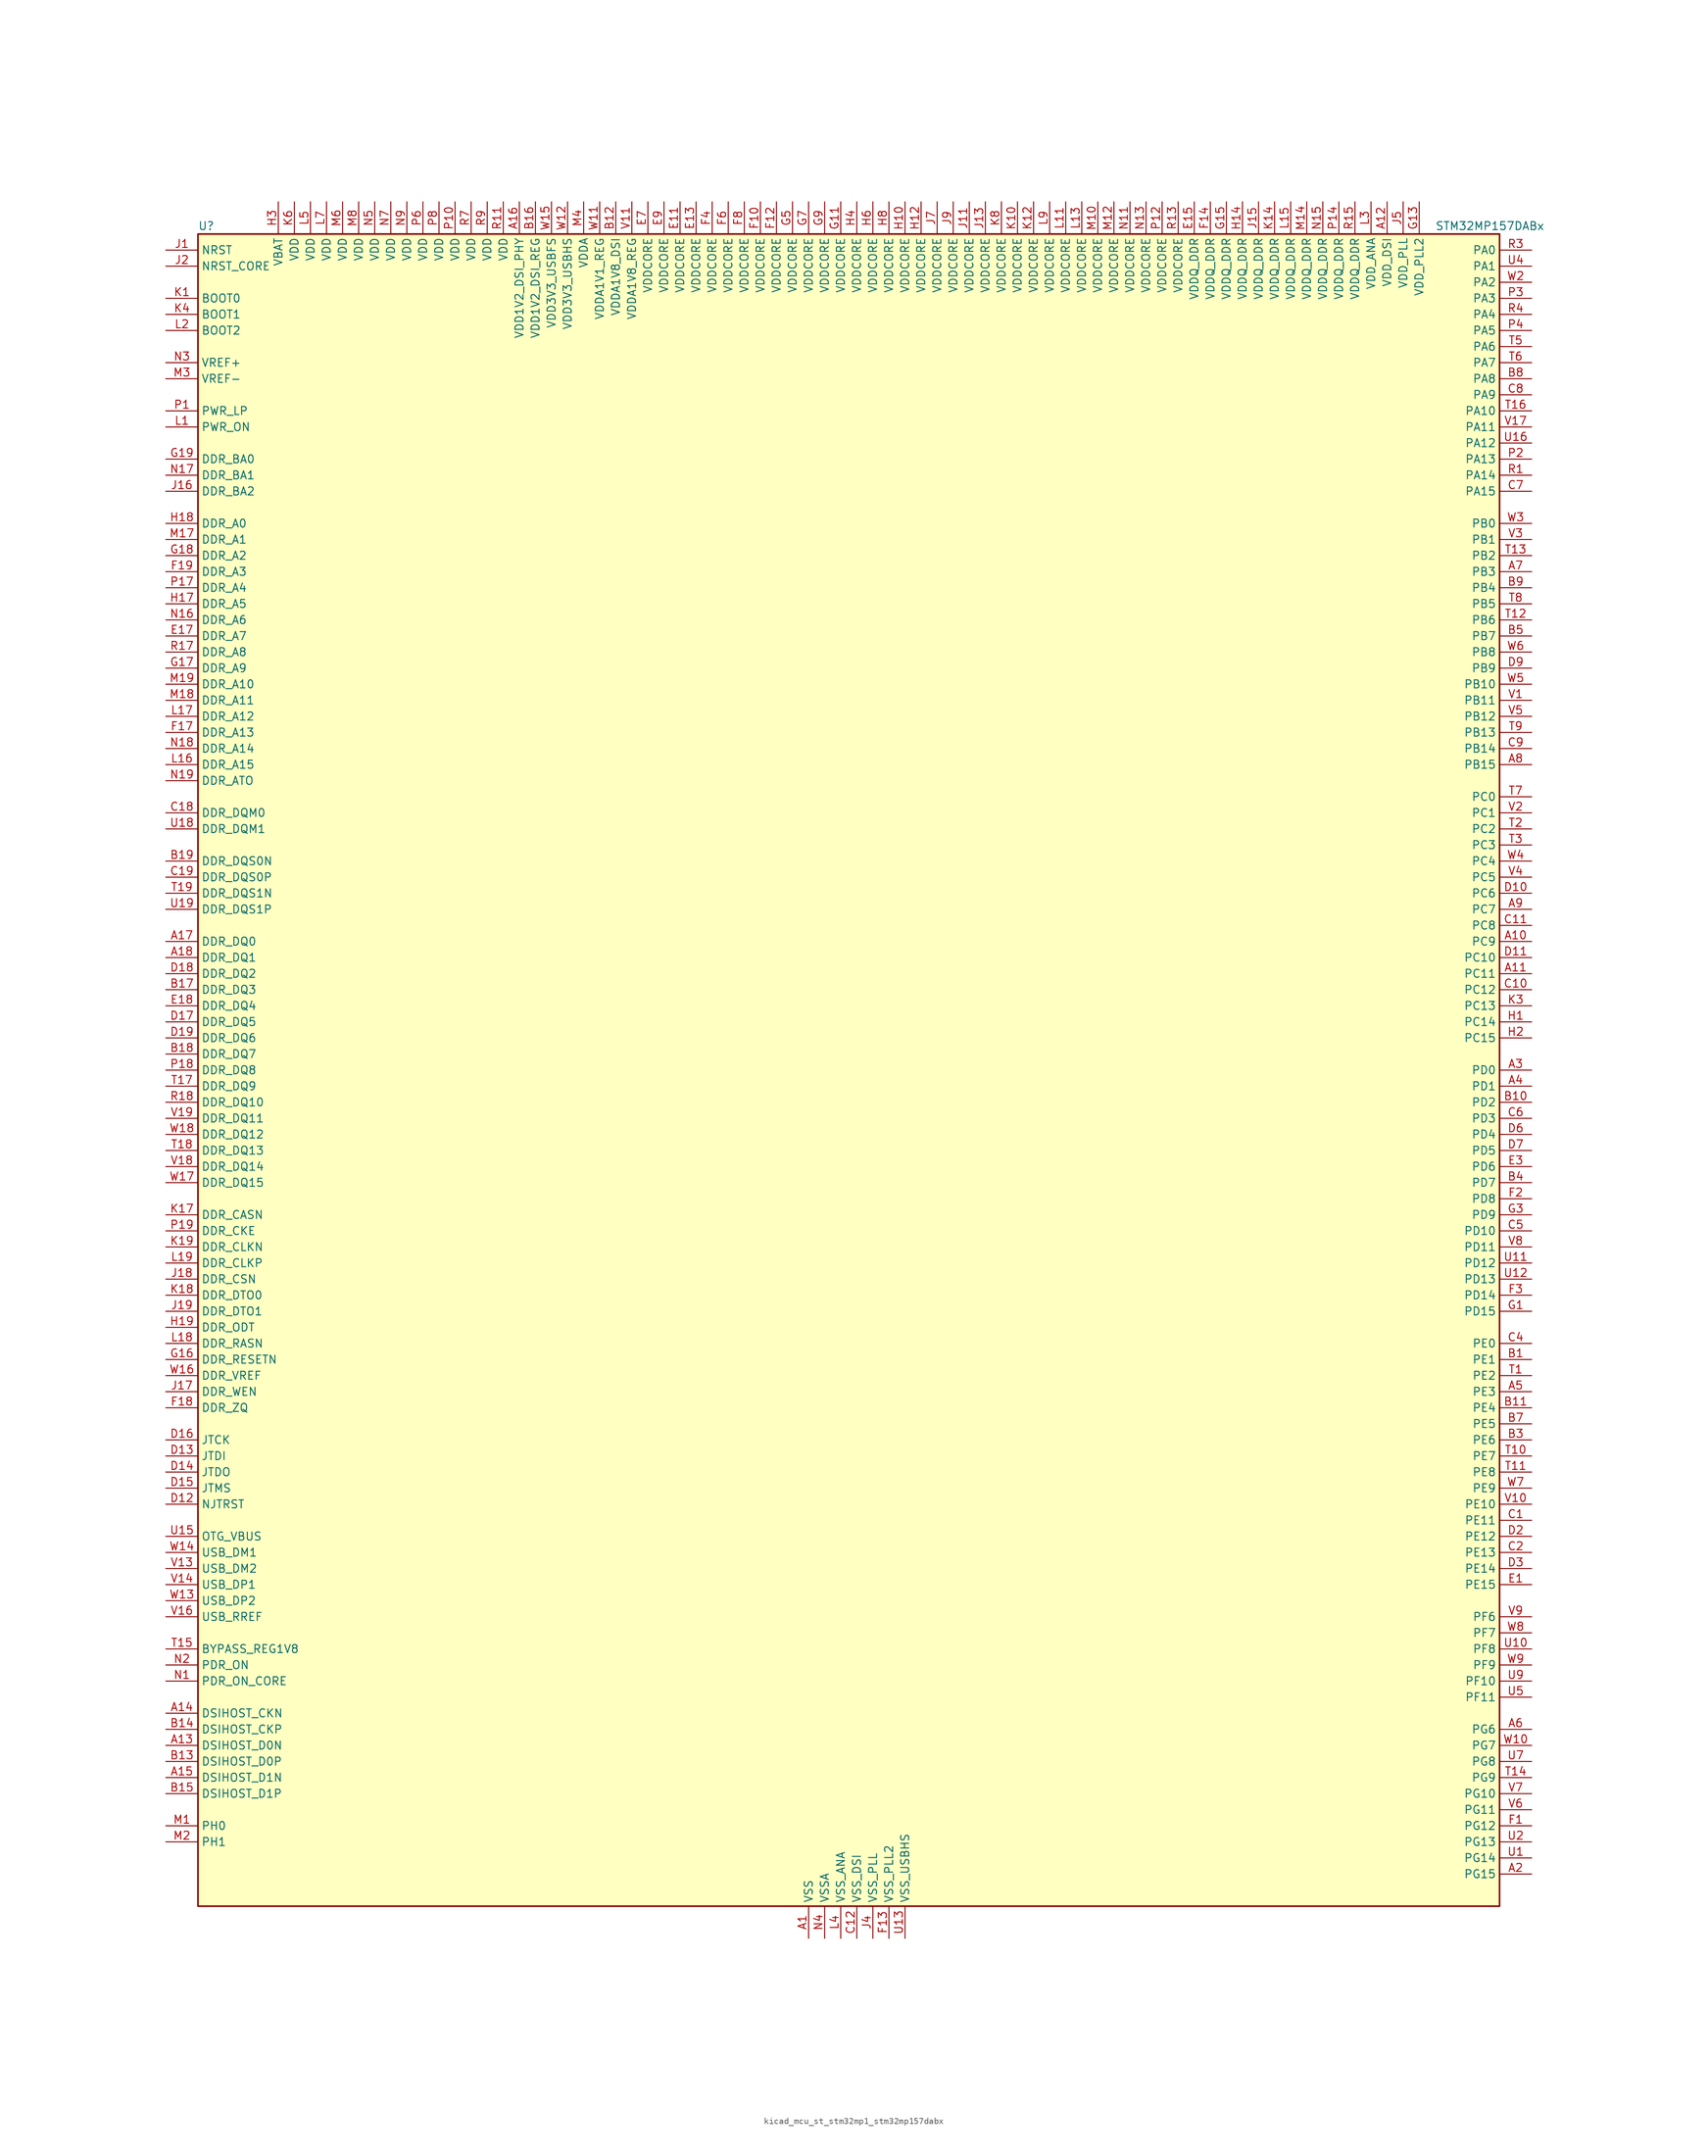
<source format=kicad_sym>
(kicad_symbol_lib
  (version 20220914)
  (generator kicad_symbol_editor)
  (symbol "kicad_mcu_st_stm32mp1_stm32mp157dabx"
    (property "Reference" "U"
      (at -101.6 133.35 0)
      (effects (font (size 1.27 1.27)) (justify left)))
    (property "Value" "STM32MP157DABx"
      (at 93.98 133.35 0)
      (effects (font (size 1.27 1.27)) (justify left)))
    (property "ki_locked" ""
      (at 0 0 0)
      (effects (font (size 1.27 1.27))))
    (symbol "kicad_mcu_st_stm32mp1_stm32mp157dabx_0_1"
      (rectangle (start -101.6 -132.08) (end 104.14 132.08) (stroke (width 0.254) (type default)) (fill (type background))))
    (symbol "kicad_mcu_st_stm32mp1_stm32mp157dabx_1_1"
      (pin power_in line (at -5.08 -137.16 90) (length 5.08) (name "VSS" (effects (font (size 1.27 1.27)))) (number "A1" (effects (font (size 1.27 1.27)))))
      (pin bidirectional line (at 109.22 20.32 180) (length 5.08) (name "PC9" (effects (font (size 1.27 1.27)))) (number "A10" (effects (font (size 1.27 1.27)))) (alternate "DAC1_EXTI9" bidirectional line) (alternate "DCMI_D3" bidirectional line) (alternate "DEBUG_TRACED1" bidirectional line) (alternate "I2C3_SDA" bidirectional line) (alternate "I2S_CKIN" bidirectional line) (alternate "LTDC_B2" bidirectional line) (alternate "QUADSPI_BK1_IO0" bidirectional line) (alternate "SDMMC1_D1" bidirectional line) (alternate "TIM3_CH4" bidirectional line) (alternate "TIM8_CH4" bidirectional line) (alternate "UART5_CTS" bidirectional line))
      (pin bidirectional line (at 109.22 15.24 180) (length 5.08) (name "PC11" (effects (font (size 1.27 1.27)))) (number "A11" (effects (font (size 1.27 1.27)))) (alternate "ADC1_EXTI11" bidirectional line) (alternate "ADC2_EXTI11" bidirectional line) (alternate "DCMI_D4" bidirectional line) (alternate "DEBUG_TRACED3" bidirectional line) (alternate "DFSDM1_DATIN5" bidirectional line) (alternate "I2S3_SDI" bidirectional line) (alternate "QUADSPI_BK2_NCS" bidirectional line) (alternate "SAI4_SCK_B" bidirectional line) (alternate "SDMMC1_D3" bidirectional line) (alternate "SPI3_MISO" bidirectional line) (alternate "UART4_RX" bidirectional line) (alternate "USART3_RX" bidirectional line))
      (pin power_in line (at 86.36 137.16 270) (length 5.08) (name "VDD_DSI" (effects (font (size 1.27 1.27)))) (number "A12" (effects (font (size 1.27 1.27)))))
      (pin bidirectional line (at -106.68 -106.68 0) (length 5.08) (name "DSIHOST_D0N" (effects (font (size 1.27 1.27)))) (number "A13" (effects (font (size 1.27 1.27)))) (alternate "DSIHOST_D0N" bidirectional line))
      (pin bidirectional line (at -106.68 -101.6 0) (length 5.08) (name "DSIHOST_CKN" (effects (font (size 1.27 1.27)))) (number "A14" (effects (font (size 1.27 1.27)))) (alternate "DSIHOST_CKN" bidirectional line))
      (pin bidirectional line (at -106.68 -111.76 0) (length 5.08) (name "DSIHOST_D1N" (effects (font (size 1.27 1.27)))) (number "A15" (effects (font (size 1.27 1.27)))) (alternate "DSIHOST_D1N" bidirectional line))
      (pin power_in line (at -50.8 137.16 270) (length 5.08) (name "VDD1V2_DSI_PHY" (effects (font (size 1.27 1.27)))) (number "A16" (effects (font (size 1.27 1.27)))))
      (pin bidirectional line (at -106.68 20.32 0) (length 5.08) (name "DDR_DQ0" (effects (font (size 1.27 1.27)))) (number "A17" (effects (font (size 1.27 1.27)))) (alternate "DDR_DQ0" bidirectional line))
      (pin bidirectional line (at -106.68 17.78 0) (length 5.08) (name "DDR_DQ1" (effects (font (size 1.27 1.27)))) (number "A18" (effects (font (size 1.27 1.27)))) (alternate "DDR_DQ1" bidirectional line))
      (pin passive line (at -5.08 -137.16 90) (length 5.08) hide (name "VSS" (effects (font (size 1.27 1.27)))) (number "A19" (effects (font (size 1.27 1.27)))))
      (pin bidirectional line (at 109.22 -127 180) (length 5.08) (name "PG15" (effects (font (size 1.27 1.27)))) (number "A2" (effects (font (size 1.27 1.27)))) (alternate "ADC1_EXTI15" bidirectional line) (alternate "ADC2_EXTI15" bidirectional line) (alternate "DCMI_D13" bidirectional line) (alternate "DEBUG_TRACED7" bidirectional line) (alternate "I2C2_SDA" bidirectional line) (alternate "SAI1_D2" bidirectional line) (alternate "SAI1_FS_A" bidirectional line) (alternate "SDMMC3_CK" bidirectional line) (alternate "USART6_CTS" bidirectional line) (alternate "USART6_NSS" bidirectional line))
      (pin bidirectional line (at 109.22 0 180) (length 5.08) (name "PD0" (effects (font (size 1.27 1.27)))) (number "A3" (effects (font (size 1.27 1.27)))) (alternate "DFSDM1_CKIN6" bidirectional line) (alternate "DFSDM1_DATIN7" bidirectional line) (alternate "FDCAN1_RX" bidirectional line) (alternate "FMC_D2" bidirectional line) (alternate "FMC_DA2" bidirectional line) (alternate "I2C5_SDA" bidirectional line) (alternate "I2C6_SDA" bidirectional line) (alternate "SAI3_SCK_A" bidirectional line) (alternate "SDMMC3_CMD" bidirectional line) (alternate "UART4_RX" bidirectional line))
      (pin bidirectional line (at 109.22 -2.54 180) (length 5.08) (name "PD1" (effects (font (size 1.27 1.27)))) (number "A4" (effects (font (size 1.27 1.27)))) (alternate "DFSDM1_CKIN7" bidirectional line) (alternate "DFSDM1_DATIN6" bidirectional line) (alternate "FDCAN1_TX" bidirectional line) (alternate "FMC_D3" bidirectional line) (alternate "FMC_DA3" bidirectional line) (alternate "I2C5_SCL" bidirectional line) (alternate "I2C6_SCL" bidirectional line) (alternate "SAI3_SD_A" bidirectional line) (alternate "SDMMC3_D0" bidirectional line) (alternate "UART4_TX" bidirectional line))
      (pin bidirectional line (at 109.22 -50.8 180) (length 5.08) (name "PE3" (effects (font (size 1.27 1.27)))) (number "A5" (effects (font (size 1.27 1.27)))) (alternate "DEBUG_TRACED0" bidirectional line) (alternate "FMC_A19" bidirectional line) (alternate "SAI1_SD_B" bidirectional line) (alternate "SDMMC2_CK" bidirectional line) (alternate "TIM15_BKIN" bidirectional line))
      (pin bidirectional line (at 109.22 -104.14 180) (length 5.08) (name "PG6" (effects (font (size 1.27 1.27)))) (number "A6" (effects (font (size 1.27 1.27)))) (alternate "DCMI_D12" bidirectional line) (alternate "DEBUG_TRACED14" bidirectional line) (alternate "LTDC_R7" bidirectional line) (alternate "SDMMC2_CMD" bidirectional line) (alternate "TIM17_BKIN" bidirectional line))
      (pin bidirectional line (at 109.22 78.74 180) (length 5.08) (name "PB3" (effects (font (size 1.27 1.27)))) (number "A7" (effects (font (size 1.27 1.27)))) (alternate "DEBUG_TRACED9" bidirectional line) (alternate "I2S1_CK" bidirectional line) (alternate "I2S3_CK" bidirectional line) (alternate "SAI4_CK1" bidirectional line) (alternate "SAI4_MCLK_A" bidirectional line) (alternate "SDMMC2_D2" bidirectional line) (alternate "SPI1_SCK" bidirectional line) (alternate "SPI3_SCK" bidirectional line) (alternate "SPI6_SCK" bidirectional line) (alternate "TIM2_CH2" bidirectional line) (alternate "UART7_RX" bidirectional line))
      (pin bidirectional line (at 109.22 48.26 180) (length 5.08) (name "PB15" (effects (font (size 1.27 1.27)))) (number "A8" (effects (font (size 1.27 1.27)))) (alternate "ADC1_EXTI15" bidirectional line) (alternate "ADC2_EXTI15" bidirectional line) (alternate "DFSDM1_CKIN2" bidirectional line) (alternate "I2S2_SDO" bidirectional line) (alternate "RTC_REFIN" bidirectional line) (alternate "SDMMC2_D1" bidirectional line) (alternate "SPI2_MOSI" bidirectional line) (alternate "TIM12_CH2" bidirectional line) (alternate "TIM1_CH3N" bidirectional line) (alternate "TIM8_CH3N" bidirectional line) (alternate "USART1_RX" bidirectional line))
      (pin bidirectional line (at 109.22 25.4 180) (length 5.08) (name "PC7" (effects (font (size 1.27 1.27)))) (number "A9" (effects (font (size 1.27 1.27)))) (alternate "DCMI_D1" bidirectional line) (alternate "DFSDM1_DATIN3" bidirectional line) (alternate "HDP_HDP4" bidirectional line) (alternate "I2S3_MCK" bidirectional line) (alternate "LTDC_G6" bidirectional line) (alternate "SDMMC1_D123DIR" bidirectional line) (alternate "SDMMC1_D7" bidirectional line) (alternate "SDMMC2_D123DIR" bidirectional line) (alternate "SDMMC2_D7" bidirectional line) (alternate "TIM3_CH2" bidirectional line) (alternate "TIM8_CH2" bidirectional line) (alternate "USART6_RX" bidirectional line))
      (pin bidirectional line (at 109.22 -45.72 180) (length 5.08) (name "PE1" (effects (font (size 1.27 1.27)))) (number "B1" (effects (font (size 1.27 1.27)))) (alternate "DCMI_D3" bidirectional line) (alternate "FMC_NBL1" bidirectional line) (alternate "I2S2_MCK" bidirectional line) (alternate "LPTIM1_IN2" bidirectional line) (alternate "SAI3_SD_B" bidirectional line) (alternate "UART8_TX" bidirectional line))
      (pin bidirectional line (at 109.22 -5.08 180) (length 5.08) (name "PD2" (effects (font (size 1.27 1.27)))) (number "B10" (effects (font (size 1.27 1.27)))) (alternate "DCMI_D11" bidirectional line) (alternate "I2C5_SMBA" bidirectional line) (alternate "SDMMC1_CMD" bidirectional line) (alternate "TIM3_ETR" bidirectional line) (alternate "UART4_RX" bidirectional line) (alternate "UART5_RX" bidirectional line))
      (pin bidirectional line (at 109.22 -53.34 180) (length 5.08) (name "PE4" (effects (font (size 1.27 1.27)))) (number "B11" (effects (font (size 1.27 1.27)))) (alternate "DCMI_D4" bidirectional line) (alternate "DEBUG_TRACED1" bidirectional line) (alternate "DFSDM1_DATIN3" bidirectional line) (alternate "FMC_A20" bidirectional line) (alternate "LTDC_B0" bidirectional line) (alternate "SAI1_D2" bidirectional line) (alternate "SAI1_FS_A" bidirectional line) (alternate "SDMMC1_CKIN" bidirectional line) (alternate "SDMMC1_D4" bidirectional line) (alternate "SDMMC2_CKIN" bidirectional line) (alternate "SDMMC2_D4" bidirectional line) (alternate "SPI4_NSS" bidirectional line) (alternate "TIM15_CH1N" bidirectional line))
      (pin power_in line (at -35.56 137.16 270) (length 5.08) (name "VDDA1V8_DSI" (effects (font (size 1.27 1.27)))) (number "B12" (effects (font (size 1.27 1.27)))))
      (pin bidirectional line (at -106.68 -109.22 0) (length 5.08) (name "DSIHOST_D0P" (effects (font (size 1.27 1.27)))) (number "B13" (effects (font (size 1.27 1.27)))) (alternate "DSIHOST_D0P" bidirectional line))
      (pin bidirectional line (at -106.68 -104.14 0) (length 5.08) (name "DSIHOST_CKP" (effects (font (size 1.27 1.27)))) (number "B14" (effects (font (size 1.27 1.27)))) (alternate "DSIHOST_CKP" bidirectional line))
      (pin bidirectional line (at -106.68 -114.3 0) (length 5.08) (name "DSIHOST_D1P" (effects (font (size 1.27 1.27)))) (number "B15" (effects (font (size 1.27 1.27)))) (alternate "DSIHOST_D1P" bidirectional line))
      (pin power_in line (at -48.26 137.16 270) (length 5.08) (name "VDD1V2_DSI_REG" (effects (font (size 1.27 1.27)))) (number "B16" (effects (font (size 1.27 1.27)))))
      (pin bidirectional line (at -106.68 12.7 0) (length 5.08) (name "DDR_DQ3" (effects (font (size 1.27 1.27)))) (number "B17" (effects (font (size 1.27 1.27)))) (alternate "DDR_DQ3" bidirectional line))
      (pin bidirectional line (at -106.68 2.54 0) (length 5.08) (name "DDR_DQ7" (effects (font (size 1.27 1.27)))) (number "B18" (effects (font (size 1.27 1.27)))) (alternate "DDR_DQ7" bidirectional line))
      (pin bidirectional line (at -106.68 33.02 0) (length 5.08) (name "DDR_DQS0N" (effects (font (size 1.27 1.27)))) (number "B19" (effects (font (size 1.27 1.27)))) (alternate "DDR_DQS0N" bidirectional line))
      (pin passive line (at -5.08 -137.16 90) (length 5.08) hide (name "VSS" (effects (font (size 1.27 1.27)))) (number "B2" (effects (font (size 1.27 1.27)))))
      (pin bidirectional line (at 109.22 -58.42 180) (length 5.08) (name "PE6" (effects (font (size 1.27 1.27)))) (number "B3" (effects (font (size 1.27 1.27)))) (alternate "DCMI_D7" bidirectional line) (alternate "DEBUG_TRACED2" bidirectional line) (alternate "FMC_A22" bidirectional line) (alternate "LTDC_G1" bidirectional line) (alternate "SAI1_D1" bidirectional line) (alternate "SAI1_SD_A" bidirectional line) (alternate "SAI2_MCLK_B" bidirectional line) (alternate "SDMMC1_D2" bidirectional line) (alternate "SDMMC2_D0" bidirectional line) (alternate "SPI4_MOSI" bidirectional line) (alternate "TIM15_CH2" bidirectional line) (alternate "TIM1_BKIN2" bidirectional line))
      (pin bidirectional line (at 109.22 -17.78 180) (length 5.08) (name "PD7" (effects (font (size 1.27 1.27)))) (number "B4" (effects (font (size 1.27 1.27)))) (alternate "DEBUG_TRACED6" bidirectional line) (alternate "DFSDM1_CKIN1" bidirectional line) (alternate "DFSDM1_DATIN4" bidirectional line) (alternate "FMC_NE1" bidirectional line) (alternate "I2C2_SCL" bidirectional line) (alternate "SDMMC3_D3" bidirectional line) (alternate "SPDIFRX_IN0" bidirectional line) (alternate "USART2_CK" bidirectional line))
      (pin bidirectional line (at 109.22 68.58 180) (length 5.08) (name "PB7" (effects (font (size 1.27 1.27)))) (number "B5" (effects (font (size 1.27 1.27)))) (alternate "DCMI_VSYNC" bidirectional line) (alternate "DFSDM1_CKIN5" bidirectional line) (alternate "FMC_NL" bidirectional line) (alternate "I2C1_SDA" bidirectional line) (alternate "I2C4_SDA" bidirectional line) (alternate "SDMMC2_D1" bidirectional line) (alternate "TIM17_CH1N" bidirectional line) (alternate "TIM4_CH2" bidirectional line) (alternate "USART1_RX" bidirectional line))
      (pin passive line (at -5.08 -137.16 90) (length 5.08) hide (name "VSS" (effects (font (size 1.27 1.27)))) (number "B6" (effects (font (size 1.27 1.27)))))
      (pin bidirectional line (at 109.22 -55.88 180) (length 5.08) (name "PE5" (effects (font (size 1.27 1.27)))) (number "B7" (effects (font (size 1.27 1.27)))) (alternate "DCMI_D6" bidirectional line) (alternate "DEBUG_TRACED3" bidirectional line) (alternate "DFSDM1_CKIN3" bidirectional line) (alternate "FMC_A21" bidirectional line) (alternate "LTDC_G0" bidirectional line) (alternate "SAI1_CK2" bidirectional line) (alternate "SAI1_SCK_A" bidirectional line) (alternate "SDMMC1_D0DIR" bidirectional line) (alternate "SDMMC1_D6" bidirectional line) (alternate "SDMMC2_D0DIR" bidirectional line) (alternate "SDMMC2_D6" bidirectional line) (alternate "SPI4_MISO" bidirectional line) (alternate "TIM15_CH1" bidirectional line))
      (pin bidirectional line (at 109.22 109.22 180) (length 5.08) (name "PA8" (effects (font (size 1.27 1.27)))) (number "B8" (effects (font (size 1.27 1.27)))) (alternate "I2C3_SCL" bidirectional line) (alternate "I2S3_SDO" bidirectional line) (alternate "LTDC_R6" bidirectional line) (alternate "RCC_MCO_1" bidirectional line) (alternate "SAI4_SD_B" bidirectional line) (alternate "SDMMC2_CKIN" bidirectional line) (alternate "SDMMC2_D4" bidirectional line) (alternate "SPI3_MOSI" bidirectional line) (alternate "TIM1_CH1" bidirectional line) (alternate "TIM8_BKIN2" bidirectional line) (alternate "UART7_RX" bidirectional line) (alternate "USART1_CK" bidirectional line) (alternate "USB_OTG_HS_SOF" bidirectional line))
      (pin bidirectional line (at 109.22 76.2 180) (length 5.08) (name "PB4" (effects (font (size 1.27 1.27)))) (number "B9" (effects (font (size 1.27 1.27)))) (alternate "DEBUG_TRACED8" bidirectional line) (alternate "I2S1_SDI" bidirectional line) (alternate "I2S2_WS" bidirectional line) (alternate "I2S3_SDI" bidirectional line) (alternate "SAI4_CK2" bidirectional line) (alternate "SAI4_SCK_A" bidirectional line) (alternate "SDMMC2_D3" bidirectional line) (alternate "SPI1_MISO" bidirectional line) (alternate "SPI2_NSS" bidirectional line) (alternate "SPI3_MISO" bidirectional line) (alternate "SPI6_MISO" bidirectional line) (alternate "TIM16_BKIN" bidirectional line) (alternate "TIM3_CH1" bidirectional line) (alternate "UART7_TX" bidirectional line))
      (pin bidirectional line (at 109.22 -71.12 180) (length 5.08) (name "PE11" (effects (font (size 1.27 1.27)))) (number "C1" (effects (font (size 1.27 1.27)))) (alternate "ADC1_EXTI11" bidirectional line) (alternate "ADC2_EXTI11" bidirectional line) (alternate "DCMI_D4" bidirectional line) (alternate "DFSDM1_CKIN4" bidirectional line) (alternate "FMC_D8" bidirectional line) (alternate "FMC_DA8" bidirectional line) (alternate "LTDC_G3" bidirectional line) (alternate "SAI2_SD_B" bidirectional line) (alternate "SPI4_NSS" bidirectional line) (alternate "TIM1_CH2" bidirectional line) (alternate "USART6_CK" bidirectional line))
      (pin bidirectional line (at 109.22 12.7 180) (length 5.08) (name "PC12" (effects (font (size 1.27 1.27)))) (number "C10" (effects (font (size 1.27 1.27)))) (alternate "DCMI_D9" bidirectional line) (alternate "DEBUG_TRACECLK" bidirectional line) (alternate "I2S3_SDO" bidirectional line) (alternate "RCC_MCO_2" bidirectional line) (alternate "SAI4_D3" bidirectional line) (alternate "SAI4_SD_B" bidirectional line) (alternate "SDMMC1_CK" bidirectional line) (alternate "SPI3_MOSI" bidirectional line) (alternate "UART5_TX" bidirectional line) (alternate "USART3_CK" bidirectional line))
      (pin bidirectional line (at 109.22 22.86 180) (length 5.08) (name "PC8" (effects (font (size 1.27 1.27)))) (number "C11" (effects (font (size 1.27 1.27)))) (alternate "DCMI_D2" bidirectional line) (alternate "DEBUG_TRACED0" bidirectional line) (alternate "SDMMC1_D0" bidirectional line) (alternate "TIM3_CH3" bidirectional line) (alternate "TIM8_CH3" bidirectional line) (alternate "UART4_TX" bidirectional line) (alternate "UART5_DE" bidirectional line) (alternate "UART5_RTS" bidirectional line) (alternate "USART6_CK" bidirectional line))
      (pin power_in line (at 2.54 -137.16 90) (length 5.08) (name "VSS_DSI" (effects (font (size 1.27 1.27)))) (number "C12" (effects (font (size 1.27 1.27)))))
      (pin passive line (at 2.54 -137.16 90) (length 5.08) hide (name "VSS_DSI" (effects (font (size 1.27 1.27)))) (number "C13" (effects (font (size 1.27 1.27)))))
      (pin passive line (at 2.54 -137.16 90) (length 5.08) hide (name "VSS_DSI" (effects (font (size 1.27 1.27)))) (number "C14" (effects (font (size 1.27 1.27)))))
      (pin passive line (at 2.54 -137.16 90) (length 5.08) hide (name "VSS_DSI" (effects (font (size 1.27 1.27)))) (number "C15" (effects (font (size 1.27 1.27)))))
      (pin passive line (at 2.54 -137.16 90) (length 5.08) hide (name "VSS_DSI" (effects (font (size 1.27 1.27)))) (number "C16" (effects (font (size 1.27 1.27)))))
      (pin passive line (at -5.08 -137.16 90) (length 5.08) hide (name "VSS" (effects (font (size 1.27 1.27)))) (number "C17" (effects (font (size 1.27 1.27)))))
      (pin bidirectional line (at -106.68 40.64 0) (length 5.08) (name "DDR_DQM0" (effects (font (size 1.27 1.27)))) (number "C18" (effects (font (size 1.27 1.27)))) (alternate "DDR_DQM0" bidirectional line))
      (pin bidirectional line (at -106.68 30.48 0) (length 5.08) (name "DDR_DQS0P" (effects (font (size 1.27 1.27)))) (number "C19" (effects (font (size 1.27 1.27)))) (alternate "DDR_DQS0P" bidirectional line))
      (pin bidirectional line (at 109.22 -76.2 180) (length 5.08) (name "PE13" (effects (font (size 1.27 1.27)))) (number "C2" (effects (font (size 1.27 1.27)))) (alternate "DCMI_D6" bidirectional line) (alternate "DFSDM1_CKIN5" bidirectional line) (alternate "FMC_D10" bidirectional line) (alternate "FMC_DA10" bidirectional line) (alternate "HDP_HDP2" bidirectional line) (alternate "LTDC_DE" bidirectional line) (alternate "SAI2_FS_B" bidirectional line) (alternate "SPI4_MISO" bidirectional line) (alternate "TIM1_CH3" bidirectional line))
      (pin passive line (at -5.08 -137.16 90) (length 5.08) hide (name "VSS" (effects (font (size 1.27 1.27)))) (number "C3" (effects (font (size 1.27 1.27)))))
      (pin bidirectional line (at 109.22 -43.18 180) (length 5.08) (name "PE0" (effects (font (size 1.27 1.27)))) (number "C4" (effects (font (size 1.27 1.27)))) (alternate "DCMI_D2" bidirectional line) (alternate "FMC_NBL0" bidirectional line) (alternate "I2S3_CK" bidirectional line) (alternate "LPTIM1_ETR" bidirectional line) (alternate "LPTIM2_ETR" bidirectional line) (alternate "SAI2_MCLK_A" bidirectional line) (alternate "SAI4_MCLK_B" bidirectional line) (alternate "SPI3_SCK" bidirectional line) (alternate "TIM4_ETR" bidirectional line) (alternate "UART8_RX" bidirectional line))
      (pin bidirectional line (at 109.22 -25.4 180) (length 5.08) (name "PD10" (effects (font (size 1.27 1.27)))) (number "C5" (effects (font (size 1.27 1.27)))) (alternate "DFSDM1_CKOUT" bidirectional line) (alternate "FMC_D15" bidirectional line) (alternate "FMC_DA15" bidirectional line) (alternate "I2C5_SMBA" bidirectional line) (alternate "I2S3_SDI" bidirectional line) (alternate "LTDC_B3" bidirectional line) (alternate "RTC_REFIN" bidirectional line) (alternate "SAI3_FS_B" bidirectional line) (alternate "SPI3_MISO" bidirectional line) (alternate "TIM16_BKIN" bidirectional line) (alternate "USART3_CK" bidirectional line))
      (pin bidirectional line (at 109.22 -7.62 180) (length 5.08) (name "PD3" (effects (font (size 1.27 1.27)))) (number "C6" (effects (font (size 1.27 1.27)))) (alternate "DCMI_D5" bidirectional line) (alternate "DFSDM1_CKOUT" bidirectional line) (alternate "DFSDM1_DATIN0" bidirectional line) (alternate "FMC_CLK" bidirectional line) (alternate "HDP_HDP5" bidirectional line) (alternate "I2S2_CK" bidirectional line) (alternate "LTDC_G7" bidirectional line) (alternate "SDMMC1_D123DIR" bidirectional line) (alternate "SDMMC1_D7" bidirectional line) (alternate "SDMMC2_D123DIR" bidirectional line) (alternate "SDMMC2_D7" bidirectional line) (alternate "SPI2_SCK" bidirectional line) (alternate "USART2_CTS" bidirectional line) (alternate "USART2_NSS" bidirectional line))
      (pin bidirectional line (at 109.22 91.44 180) (length 5.08) (name "PA15" (effects (font (size 1.27 1.27)))) (number "C7" (effects (font (size 1.27 1.27)))) (alternate "ADC1_EXTI15" bidirectional line) (alternate "ADC2_EXTI15" bidirectional line) (alternate "CEC" bidirectional line) (alternate "DEBUG_DBTRGI" bidirectional line) (alternate "I2S1_WS" bidirectional line) (alternate "I2S3_WS" bidirectional line) (alternate "LTDC_R1" bidirectional line) (alternate "SAI4_D2" bidirectional line) (alternate "SAI4_FS_A" bidirectional line) (alternate "SDMMC1_CDIR" bidirectional line) (alternate "SDMMC1_D5" bidirectional line) (alternate "SDMMC2_CDIR" bidirectional line) (alternate "SDMMC2_D5" bidirectional line) (alternate "SPI1_NSS" bidirectional line) (alternate "SPI3_NSS" bidirectional line) (alternate "SPI6_NSS" bidirectional line) (alternate "TIM2_CH1" bidirectional line) (alternate "TIM2_ETR" bidirectional line) (alternate "UART4_DE" bidirectional line) (alternate "UART4_RTS" bidirectional line) (alternate "UART7_TX" bidirectional line))
      (pin bidirectional line (at 109.22 106.68 180) (length 5.08) (name "PA9" (effects (font (size 1.27 1.27)))) (number "C8" (effects (font (size 1.27 1.27)))) (alternate "DAC1_EXTI9" bidirectional line) (alternate "DCMI_D0" bidirectional line) (alternate "I2C3_SMBA" bidirectional line) (alternate "I2S2_CK" bidirectional line) (alternate "LTDC_R5" bidirectional line) (alternate "SDMMC2_CDIR" bidirectional line) (alternate "SDMMC2_D5" bidirectional line) (alternate "SPI2_SCK" bidirectional line) (alternate "TIM1_CH2" bidirectional line) (alternate "USART1_TX" bidirectional line))
      (pin bidirectional line (at 109.22 50.8 180) (length 5.08) (name "PB14" (effects (font (size 1.27 1.27)))) (number "C9" (effects (font (size 1.27 1.27)))) (alternate "DFSDM1_DATIN2" bidirectional line) (alternate "I2S2_SDI" bidirectional line) (alternate "SDMMC2_D0" bidirectional line) (alternate "SPI2_MISO" bidirectional line) (alternate "TIM12_CH1" bidirectional line) (alternate "TIM1_CH2N" bidirectional line) (alternate "TIM8_CH2N" bidirectional line) (alternate "USART1_TX" bidirectional line) (alternate "USART3_DE" bidirectional line) (alternate "USART3_RTS" bidirectional line))
      (pin passive line (at -5.08 -137.16 90) (length 5.08) hide (name "VSS" (effects (font (size 1.27 1.27)))) (number "D1" (effects (font (size 1.27 1.27)))))
      (pin bidirectional line (at 109.22 27.94 180) (length 5.08) (name "PC6" (effects (font (size 1.27 1.27)))) (number "D10" (effects (font (size 1.27 1.27)))) (alternate "DCMI_D0" bidirectional line) (alternate "DFSDM1_CKIN3" bidirectional line) (alternate "DSIHOST_TE" bidirectional line) (alternate "HDP_HDP1" bidirectional line) (alternate "I2S2_MCK" bidirectional line) (alternate "LTDC_HSYNC" bidirectional line) (alternate "SDMMC1_D0DIR" bidirectional line) (alternate "SDMMC1_D6" bidirectional line) (alternate "SDMMC2_D0DIR" bidirectional line) (alternate "SDMMC2_D6" bidirectional line) (alternate "TIM3_CH1" bidirectional line) (alternate "TIM8_CH1" bidirectional line) (alternate "USART6_TX" bidirectional line))
      (pin bidirectional line (at 109.22 17.78 180) (length 5.08) (name "PC10" (effects (font (size 1.27 1.27)))) (number "D11" (effects (font (size 1.27 1.27)))) (alternate "DCMI_D8" bidirectional line) (alternate "DEBUG_TRACED2" bidirectional line) (alternate "DFSDM1_CKIN5" bidirectional line) (alternate "I2S3_CK" bidirectional line) (alternate "LTDC_R2" bidirectional line) (alternate "QUADSPI_BK1_IO1" bidirectional line) (alternate "SAI4_MCLK_B" bidirectional line) (alternate "SDMMC1_D2" bidirectional line) (alternate "SPI3_SCK" bidirectional line) (alternate "UART4_TX" bidirectional line) (alternate "USART3_TX" bidirectional line))
      (pin bidirectional line (at -106.68 -68.58 0) (length 5.08) (name "NJTRST" (effects (font (size 1.27 1.27)))) (number "D12" (effects (font (size 1.27 1.27)))) (alternate "DEBUG_JTRST" bidirectional line))
      (pin bidirectional line (at -106.68 -60.96 0) (length 5.08) (name "JTDI" (effects (font (size 1.27 1.27)))) (number "D13" (effects (font (size 1.27 1.27)))) (alternate "DEBUG_JTDI" bidirectional line))
      (pin bidirectional line (at -106.68 -63.5 0) (length 5.08) (name "JTDO" (effects (font (size 1.27 1.27)))) (number "D14" (effects (font (size 1.27 1.27)))) (alternate "DEBUG_JTDO-SWO" bidirectional line))
      (pin bidirectional line (at -106.68 -66.04 0) (length 5.08) (name "JTMS" (effects (font (size 1.27 1.27)))) (number "D15" (effects (font (size 1.27 1.27)))) (alternate "DEBUG_JTMS-SWDIO" bidirectional line))
      (pin bidirectional line (at -106.68 -58.42 0) (length 5.08) (name "JTCK" (effects (font (size 1.27 1.27)))) (number "D16" (effects (font (size 1.27 1.27)))) (alternate "DEBUG_JTCK-SWCLK" bidirectional line))
      (pin bidirectional line (at -106.68 7.62 0) (length 5.08) (name "DDR_DQ5" (effects (font (size 1.27 1.27)))) (number "D17" (effects (font (size 1.27 1.27)))) (alternate "DDR_DQ5" bidirectional line))
      (pin bidirectional line (at -106.68 15.24 0) (length 5.08) (name "DDR_DQ2" (effects (font (size 1.27 1.27)))) (number "D18" (effects (font (size 1.27 1.27)))) (alternate "DDR_DQ2" bidirectional line))
      (pin bidirectional line (at -106.68 5.08 0) (length 5.08) (name "DDR_DQ6" (effects (font (size 1.27 1.27)))) (number "D19" (effects (font (size 1.27 1.27)))) (alternate "DDR_DQ6" bidirectional line))
      (pin bidirectional line (at 109.22 -73.66 180) (length 5.08) (name "PE12" (effects (font (size 1.27 1.27)))) (number "D2" (effects (font (size 1.27 1.27)))) (alternate "DFSDM1_DATIN5" bidirectional line) (alternate "FMC_D9" bidirectional line) (alternate "FMC_DA9" bidirectional line) (alternate "LTDC_B4" bidirectional line) (alternate "SAI2_SCK_B" bidirectional line) (alternate "SDMMC1_D0DIR" bidirectional line) (alternate "SPI4_SCK" bidirectional line) (alternate "TIM1_CH3N" bidirectional line))
      (pin bidirectional line (at 109.22 -78.74 180) (length 5.08) (name "PE14" (effects (font (size 1.27 1.27)))) (number "D3" (effects (font (size 1.27 1.27)))) (alternate "FMC_D11" bidirectional line) (alternate "FMC_DA11" bidirectional line) (alternate "LTDC_CLK" bidirectional line) (alternate "LTDC_G0" bidirectional line) (alternate "SAI2_MCLK_B" bidirectional line) (alternate "SDMMC1_D123DIR" bidirectional line) (alternate "SPI4_MOSI" bidirectional line) (alternate "TIM1_CH4" bidirectional line) (alternate "UART8_DE" bidirectional line) (alternate "UART8_RTS" bidirectional line))
      (pin passive line (at -5.08 -137.16 90) (length 5.08) hide (name "VSS" (effects (font (size 1.27 1.27)))) (number "D4" (effects (font (size 1.27 1.27)))))
      (pin passive line (at -5.08 -137.16 90) (length 5.08) hide (name "VSS" (effects (font (size 1.27 1.27)))) (number "D5" (effects (font (size 1.27 1.27)))))
      (pin bidirectional line (at 109.22 -10.16 180) (length 5.08) (name "PD4" (effects (font (size 1.27 1.27)))) (number "D6" (effects (font (size 1.27 1.27)))) (alternate "DFSDM1_CKIN0" bidirectional line) (alternate "FMC_NOE" bidirectional line) (alternate "SAI3_FS_A" bidirectional line) (alternate "SDMMC3_D1" bidirectional line) (alternate "USART2_DE" bidirectional line) (alternate "USART2_RTS" bidirectional line))
      (pin bidirectional line (at 109.22 -12.7 180) (length 5.08) (name "PD5" (effects (font (size 1.27 1.27)))) (number "D7" (effects (font (size 1.27 1.27)))) (alternate "FMC_NWE" bidirectional line) (alternate "SDMMC3_D2" bidirectional line) (alternate "USART2_TX" bidirectional line))
      (pin passive line (at -5.08 -137.16 90) (length 5.08) hide (name "VSS" (effects (font (size 1.27 1.27)))) (number "D8" (effects (font (size 1.27 1.27)))))
      (pin bidirectional line (at 109.22 63.5 180) (length 5.08) (name "PB9" (effects (font (size 1.27 1.27)))) (number "D9" (effects (font (size 1.27 1.27)))) (alternate "DAC1_EXTI9" bidirectional line) (alternate "DCMI_D7" bidirectional line) (alternate "DFSDM1_DATIN7" bidirectional line) (alternate "FDCAN1_TX" bidirectional line) (alternate "HDP_HDP7" bidirectional line) (alternate "I2C1_SDA" bidirectional line) (alternate "I2C4_SDA" bidirectional line) (alternate "I2S2_WS" bidirectional line) (alternate "LTDC_B7" bidirectional line) (alternate "SDMMC1_CDIR" bidirectional line) (alternate "SDMMC1_D5" bidirectional line) (alternate "SDMMC2_CDIR" bidirectional line) (alternate "SDMMC2_D5" bidirectional line) (alternate "SPI2_NSS" bidirectional line) (alternate "TIM17_CH1" bidirectional line) (alternate "TIM4_CH4" bidirectional line) (alternate "UART4_TX" bidirectional line))
      (pin bidirectional line (at 109.22 -81.28 180) (length 5.08) (name "PE15" (effects (font (size 1.27 1.27)))) (number "E1" (effects (font (size 1.27 1.27)))) (alternate "ADC1_EXTI15" bidirectional line) (alternate "ADC2_EXTI15" bidirectional line) (alternate "FMC_D12" bidirectional line) (alternate "FMC_DA12" bidirectional line) (alternate "FMC_NCE2" bidirectional line) (alternate "HDP_HDP3" bidirectional line) (alternate "LTDC_R7" bidirectional line) (alternate "TIM15_BKIN" bidirectional line) (alternate "TIM1_BKIN" bidirectional line) (alternate "UART8_CTS" bidirectional line) (alternate "USART2_CTS" bidirectional line) (alternate "USART2_NSS" bidirectional line))
      (pin passive line (at -5.08 -137.16 90) (length 5.08) hide (name "VSS" (effects (font (size 1.27 1.27)))) (number "E10" (effects (font (size 1.27 1.27)))))
      (pin power_in line (at -25.4 137.16 270) (length 5.08) (name "VDDCORE" (effects (font (size 1.27 1.27)))) (number "E11" (effects (font (size 1.27 1.27)))))
      (pin passive line (at -5.08 -137.16 90) (length 5.08) hide (name "VSS" (effects (font (size 1.27 1.27)))) (number "E12" (effects (font (size 1.27 1.27)))))
      (pin power_in line (at -22.86 137.16 270) (length 5.08) (name "VDDCORE" (effects (font (size 1.27 1.27)))) (number "E13" (effects (font (size 1.27 1.27)))))
      (pin passive line (at -5.08 -137.16 90) (length 5.08) hide (name "VSS" (effects (font (size 1.27 1.27)))) (number "E14" (effects (font (size 1.27 1.27)))))
      (pin power_in line (at 55.88 137.16 270) (length 5.08) (name "VDDQ_DDR" (effects (font (size 1.27 1.27)))) (number "E15" (effects (font (size 1.27 1.27)))))
      (pin passive line (at -5.08 -137.16 90) (length 5.08) hide (name "VSS" (effects (font (size 1.27 1.27)))) (number "E16" (effects (font (size 1.27 1.27)))))
      (pin bidirectional line (at -106.68 68.58 0) (length 5.08) (name "DDR_A7" (effects (font (size 1.27 1.27)))) (number "E17" (effects (font (size 1.27 1.27)))) (alternate "DDR_A7" bidirectional line))
      (pin bidirectional line (at -106.68 10.16 0) (length 5.08) (name "DDR_DQ4" (effects (font (size 1.27 1.27)))) (number "E18" (effects (font (size 1.27 1.27)))) (alternate "DDR_DQ4" bidirectional line))
      (pin passive line (at -5.08 -137.16 90) (length 5.08) hide (name "VSS" (effects (font (size 1.27 1.27)))) (number "E2" (effects (font (size 1.27 1.27)))))
      (pin bidirectional line (at 109.22 -15.24 180) (length 5.08) (name "PD6" (effects (font (size 1.27 1.27)))) (number "E3" (effects (font (size 1.27 1.27)))) (alternate "DCMI_D10" bidirectional line) (alternate "DFSDM1_CKIN4" bidirectional line) (alternate "DFSDM1_DATIN1" bidirectional line) (alternate "FMC_NWAIT" bidirectional line) (alternate "I2S3_SDO" bidirectional line) (alternate "LTDC_B2" bidirectional line) (alternate "SAI1_D1" bidirectional line) (alternate "SAI1_SD_A" bidirectional line) (alternate "SPI3_MOSI" bidirectional line) (alternate "TIM16_CH1N" bidirectional line) (alternate "USART2_RX" bidirectional line))
      (pin passive line (at -5.08 -137.16 90) (length 5.08) hide (name "VSS" (effects (font (size 1.27 1.27)))) (number "E4" (effects (font (size 1.27 1.27)))))
      (pin passive line (at -5.08 -137.16 90) (length 5.08) hide (name "VSS" (effects (font (size 1.27 1.27)))) (number "E5" (effects (font (size 1.27 1.27)))))
      (pin passive line (at -5.08 -137.16 90) (length 5.08) hide (name "VSS" (effects (font (size 1.27 1.27)))) (number "E6" (effects (font (size 1.27 1.27)))))
      (pin power_in line (at -30.48 137.16 270) (length 5.08) (name "VDDCORE" (effects (font (size 1.27 1.27)))) (number "E7" (effects (font (size 1.27 1.27)))))
      (pin passive line (at -5.08 -137.16 90) (length 5.08) hide (name "VSS" (effects (font (size 1.27 1.27)))) (number "E8" (effects (font (size 1.27 1.27)))))
      (pin power_in line (at -27.94 137.16 270) (length 5.08) (name "VDDCORE" (effects (font (size 1.27 1.27)))) (number "E9" (effects (font (size 1.27 1.27)))))
      (pin bidirectional line (at 109.22 -119.38 180) (length 5.08) (name "PG12" (effects (font (size 1.27 1.27)))) (number "F1" (effects (font (size 1.27 1.27)))) (alternate "ETH1_PHY_INTN" bidirectional line) (alternate "FMC_NE4" bidirectional line) (alternate "LPTIM1_IN1" bidirectional line) (alternate "LTDC_B1" bidirectional line) (alternate "LTDC_B4" bidirectional line) (alternate "SAI4_CK2" bidirectional line) (alternate "SAI4_SCK_A" bidirectional line) (alternate "SPDIFRX_IN1" bidirectional line) (alternate "SPI6_MISO" bidirectional line) (alternate "USART6_DE" bidirectional line) (alternate "USART6_RTS" bidirectional line))
      (pin power_in line (at -12.7 137.16 270) (length 5.08) (name "VDDCORE" (effects (font (size 1.27 1.27)))) (number "F10" (effects (font (size 1.27 1.27)))))
      (pin passive line (at -5.08 -137.16 90) (length 5.08) hide (name "VSS" (effects (font (size 1.27 1.27)))) (number "F11" (effects (font (size 1.27 1.27)))))
      (pin power_in line (at -10.16 137.16 270) (length 5.08) (name "VDDCORE" (effects (font (size 1.27 1.27)))) (number "F12" (effects (font (size 1.27 1.27)))))
      (pin power_in line (at 7.62 -137.16 90) (length 5.08) (name "VSS_PLL2" (effects (font (size 1.27 1.27)))) (number "F13" (effects (font (size 1.27 1.27)))))
      (pin power_in line (at 58.42 137.16 270) (length 5.08) (name "VDDQ_DDR" (effects (font (size 1.27 1.27)))) (number "F14" (effects (font (size 1.27 1.27)))))
      (pin passive line (at -5.08 -137.16 90) (length 5.08) hide (name "VSS" (effects (font (size 1.27 1.27)))) (number "F15" (effects (font (size 1.27 1.27)))))
      (pin bidirectional line (at -106.68 53.34 0) (length 5.08) (name "DDR_A13" (effects (font (size 1.27 1.27)))) (number "F17" (effects (font (size 1.27 1.27)))) (alternate "DDR_A13" bidirectional line))
      (pin bidirectional line (at -106.68 -53.34 0) (length 5.08) (name "DDR_ZQ" (effects (font (size 1.27 1.27)))) (number "F18" (effects (font (size 1.27 1.27)))) (alternate "DDR_ZQ" bidirectional line))
      (pin bidirectional line (at -106.68 78.74 0) (length 5.08) (name "DDR_A3" (effects (font (size 1.27 1.27)))) (number "F19" (effects (font (size 1.27 1.27)))) (alternate "DDR_A3" bidirectional line))
      (pin bidirectional line (at 109.22 -20.32 180) (length 5.08) (name "PD8" (effects (font (size 1.27 1.27)))) (number "F2" (effects (font (size 1.27 1.27)))) (alternate "DFSDM1_CKIN3" bidirectional line) (alternate "FMC_D13" bidirectional line) (alternate "FMC_DA13" bidirectional line) (alternate "LTDC_B7" bidirectional line) (alternate "SAI3_SCK_B" bidirectional line) (alternate "SPDIFRX_IN1" bidirectional line) (alternate "USART3_TX" bidirectional line))
      (pin bidirectional line (at 109.22 -35.56 180) (length 5.08) (name "PD14" (effects (font (size 1.27 1.27)))) (number "F3" (effects (font (size 1.27 1.27)))) (alternate "FMC_D0" bidirectional line) (alternate "FMC_DA0" bidirectional line) (alternate "SAI3_MCLK_B" bidirectional line) (alternate "TIM4_CH3" bidirectional line) (alternate "UART8_CTS" bidirectional line))
      (pin power_in line (at -20.32 137.16 270) (length 5.08) (name "VDDCORE" (effects (font (size 1.27 1.27)))) (number "F4" (effects (font (size 1.27 1.27)))))
      (pin passive line (at -5.08 -137.16 90) (length 5.08) hide (name "VSS" (effects (font (size 1.27 1.27)))) (number "F5" (effects (font (size 1.27 1.27)))))
      (pin power_in line (at -17.78 137.16 270) (length 5.08) (name "VDDCORE" (effects (font (size 1.27 1.27)))) (number "F6" (effects (font (size 1.27 1.27)))))
      (pin passive line (at -5.08 -137.16 90) (length 5.08) hide (name "VSS" (effects (font (size 1.27 1.27)))) (number "F7" (effects (font (size 1.27 1.27)))))
      (pin power_in line (at -15.24 137.16 270) (length 5.08) (name "VDDCORE" (effects (font (size 1.27 1.27)))) (number "F8" (effects (font (size 1.27 1.27)))))
      (pin passive line (at -5.08 -137.16 90) (length 5.08) hide (name "VSS" (effects (font (size 1.27 1.27)))) (number "F9" (effects (font (size 1.27 1.27)))))
      (pin bidirectional line (at 109.22 -38.1 180) (length 5.08) (name "PD15" (effects (font (size 1.27 1.27)))) (number "G1" (effects (font (size 1.27 1.27)))) (alternate "ADC1_EXTI15" bidirectional line) (alternate "ADC2_EXTI15" bidirectional line) (alternate "FMC_D1" bidirectional line) (alternate "FMC_DA1" bidirectional line) (alternate "LTDC_R1" bidirectional line) (alternate "SAI3_MCLK_A" bidirectional line) (alternate "TIM4_CH4" bidirectional line) (alternate "UART8_CTS" bidirectional line))
      (pin passive line (at -5.08 -137.16 90) (length 5.08) hide (name "VSS" (effects (font (size 1.27 1.27)))) (number "G10" (effects (font (size 1.27 1.27)))))
      (pin power_in line (at 0 137.16 270) (length 5.08) (name "VDDCORE" (effects (font (size 1.27 1.27)))) (number "G11" (effects (font (size 1.27 1.27)))))
      (pin passive line (at -5.08 -137.16 90) (length 5.08) hide (name "VSS" (effects (font (size 1.27 1.27)))) (number "G12" (effects (font (size 1.27 1.27)))))
      (pin power_in line (at 91.44 137.16 270) (length 5.08) (name "VDD_PLL2" (effects (font (size 1.27 1.27)))) (number "G13" (effects (font (size 1.27 1.27)))))
      (pin passive line (at -5.08 -137.16 90) (length 5.08) hide (name "VSS" (effects (font (size 1.27 1.27)))) (number "G14" (effects (font (size 1.27 1.27)))))
      (pin power_in line (at 60.96 137.16 270) (length 5.08) (name "VDDQ_DDR" (effects (font (size 1.27 1.27)))) (number "G15" (effects (font (size 1.27 1.27)))))
      (pin bidirectional line (at -106.68 -45.72 0) (length 5.08) (name "DDR_RESETN" (effects (font (size 1.27 1.27)))) (number "G16" (effects (font (size 1.27 1.27)))) (alternate "DDR_RESETN" bidirectional line))
      (pin bidirectional line (at -106.68 63.5 0) (length 5.08) (name "DDR_A9" (effects (font (size 1.27 1.27)))) (number "G17" (effects (font (size 1.27 1.27)))) (alternate "DDR_A9" bidirectional line))
      (pin bidirectional line (at -106.68 81.28 0) (length 5.08) (name "DDR_A2" (effects (font (size 1.27 1.27)))) (number "G18" (effects (font (size 1.27 1.27)))) (alternate "DDR_A2" bidirectional line))
      (pin bidirectional line (at -106.68 96.52 0) (length 5.08) (name "DDR_BA0" (effects (font (size 1.27 1.27)))) (number "G19" (effects (font (size 1.27 1.27)))) (alternate "DDR_BA0" bidirectional line))
      (pin passive line (at -5.08 -137.16 90) (length 5.08) hide (name "VSS" (effects (font (size 1.27 1.27)))) (number "G2" (effects (font (size 1.27 1.27)))))
      (pin bidirectional line (at 109.22 -22.86 180) (length 5.08) (name "PD9" (effects (font (size 1.27 1.27)))) (number "G3" (effects (font (size 1.27 1.27)))) (alternate "DAC1_EXTI9" bidirectional line) (alternate "DCMI_HSYNC" bidirectional line) (alternate "DFSDM1_DATIN3" bidirectional line) (alternate "FMC_D14" bidirectional line) (alternate "FMC_DA14" bidirectional line) (alternate "LTDC_B0" bidirectional line) (alternate "SAI3_SD_B" bidirectional line) (alternate "USART3_RX" bidirectional line))
      (pin passive line (at -5.08 -137.16 90) (length 5.08) hide (name "VSS" (effects (font (size 1.27 1.27)))) (number "G4" (effects (font (size 1.27 1.27)))))
      (pin power_in line (at -7.62 137.16 270) (length 5.08) (name "VDDCORE" (effects (font (size 1.27 1.27)))) (number "G5" (effects (font (size 1.27 1.27)))))
      (pin passive line (at -5.08 -137.16 90) (length 5.08) hide (name "VSS" (effects (font (size 1.27 1.27)))) (number "G6" (effects (font (size 1.27 1.27)))))
      (pin power_in line (at -5.08 137.16 270) (length 5.08) (name "VDDCORE" (effects (font (size 1.27 1.27)))) (number "G7" (effects (font (size 1.27 1.27)))))
      (pin passive line (at -5.08 -137.16 90) (length 5.08) hide (name "VSS" (effects (font (size 1.27 1.27)))) (number "G8" (effects (font (size 1.27 1.27)))))
      (pin power_in line (at -2.54 137.16 270) (length 5.08) (name "VDDCORE" (effects (font (size 1.27 1.27)))) (number "G9" (effects (font (size 1.27 1.27)))))
      (pin bidirectional line (at 109.22 7.62 180) (length 5.08) (name "PC14" (effects (font (size 1.27 1.27)))) (number "H1" (effects (font (size 1.27 1.27)))) (alternate "RCC_OSC32_IN" bidirectional line))
      (pin power_in line (at 10.16 137.16 270) (length 5.08) (name "VDDCORE" (effects (font (size 1.27 1.27)))) (number "H10" (effects (font (size 1.27 1.27)))))
      (pin passive line (at -5.08 -137.16 90) (length 5.08) hide (name "VSS" (effects (font (size 1.27 1.27)))) (number "H11" (effects (font (size 1.27 1.27)))))
      (pin power_in line (at 12.7 137.16 270) (length 5.08) (name "VDDCORE" (effects (font (size 1.27 1.27)))) (number "H12" (effects (font (size 1.27 1.27)))))
      (pin passive line (at -5.08 -137.16 90) (length 5.08) hide (name "VSS" (effects (font (size 1.27 1.27)))) (number "H13" (effects (font (size 1.27 1.27)))))
      (pin power_in line (at 63.5 137.16 270) (length 5.08) (name "VDDQ_DDR" (effects (font (size 1.27 1.27)))) (number "H14" (effects (font (size 1.27 1.27)))))
      (pin passive line (at -5.08 -137.16 90) (length 5.08) hide (name "VSS" (effects (font (size 1.27 1.27)))) (number "H15" (effects (font (size 1.27 1.27)))))
      (pin bidirectional line (at -106.68 73.66 0) (length 5.08) (name "DDR_A5" (effects (font (size 1.27 1.27)))) (number "H17" (effects (font (size 1.27 1.27)))) (alternate "DDR_A5" bidirectional line))
      (pin bidirectional line (at -106.68 86.36 0) (length 5.08) (name "DDR_A0" (effects (font (size 1.27 1.27)))) (number "H18" (effects (font (size 1.27 1.27)))) (alternate "DDR_A0" bidirectional line))
      (pin bidirectional line (at -106.68 -40.64 0) (length 5.08) (name "DDR_ODT" (effects (font (size 1.27 1.27)))) (number "H19" (effects (font (size 1.27 1.27)))) (alternate "DDR_ODT" bidirectional line))
      (pin bidirectional line (at 109.22 5.08 180) (length 5.08) (name "PC15" (effects (font (size 1.27 1.27)))) (number "H2" (effects (font (size 1.27 1.27)))) (alternate "ADC1_EXTI15" bidirectional line) (alternate "ADC2_EXTI15" bidirectional line) (alternate "RCC_OSC32_OUT" bidirectional line))
      (pin power_in line (at -88.9 137.16 270) (length 5.08) (name "VBAT" (effects (font (size 1.27 1.27)))) (number "H3" (effects (font (size 1.27 1.27)))))
      (pin power_in line (at 2.54 137.16 270) (length 5.08) (name "VDDCORE" (effects (font (size 1.27 1.27)))) (number "H4" (effects (font (size 1.27 1.27)))))
      (pin passive line (at -5.08 -137.16 90) (length 5.08) hide (name "VSS" (effects (font (size 1.27 1.27)))) (number "H5" (effects (font (size 1.27 1.27)))))
      (pin power_in line (at 5.08 137.16 270) (length 5.08) (name "VDDCORE" (effects (font (size 1.27 1.27)))) (number "H6" (effects (font (size 1.27 1.27)))))
      (pin passive line (at -5.08 -137.16 90) (length 5.08) hide (name "VSS" (effects (font (size 1.27 1.27)))) (number "H7" (effects (font (size 1.27 1.27)))))
      (pin power_in line (at 7.62 137.16 270) (length 5.08) (name "VDDCORE" (effects (font (size 1.27 1.27)))) (number "H8" (effects (font (size 1.27 1.27)))))
      (pin passive line (at -5.08 -137.16 90) (length 5.08) hide (name "VSS" (effects (font (size 1.27 1.27)))) (number "H9" (effects (font (size 1.27 1.27)))))
      (pin input line (at -106.68 129.54 0) (length 5.08) (name "NRST" (effects (font (size 1.27 1.27)))) (number "J1" (effects (font (size 1.27 1.27)))))
      (pin passive line (at -5.08 -137.16 90) (length 5.08) hide (name "VSS" (effects (font (size 1.27 1.27)))) (number "J10" (effects (font (size 1.27 1.27)))))
      (pin power_in line (at 20.32 137.16 270) (length 5.08) (name "VDDCORE" (effects (font (size 1.27 1.27)))) (number "J11" (effects (font (size 1.27 1.27)))))
      (pin passive line (at -5.08 -137.16 90) (length 5.08) hide (name "VSS" (effects (font (size 1.27 1.27)))) (number "J12" (effects (font (size 1.27 1.27)))))
      (pin power_in line (at 22.86 137.16 270) (length 5.08) (name "VDDCORE" (effects (font (size 1.27 1.27)))) (number "J13" (effects (font (size 1.27 1.27)))))
      (pin passive line (at -5.08 -137.16 90) (length 5.08) hide (name "VSS" (effects (font (size 1.27 1.27)))) (number "J14" (effects (font (size 1.27 1.27)))))
      (pin power_in line (at 66.04 137.16 270) (length 5.08) (name "VDDQ_DDR" (effects (font (size 1.27 1.27)))) (number "J15" (effects (font (size 1.27 1.27)))))
      (pin bidirectional line (at -106.68 91.44 0) (length 5.08) (name "DDR_BA2" (effects (font (size 1.27 1.27)))) (number "J16" (effects (font (size 1.27 1.27)))) (alternate "DDR_BA2" bidirectional line))
      (pin bidirectional line (at -106.68 -50.8 0) (length 5.08) (name "DDR_WEN" (effects (font (size 1.27 1.27)))) (number "J17" (effects (font (size 1.27 1.27)))) (alternate "DDR_WEN" bidirectional line))
      (pin bidirectional line (at -106.68 -33.02 0) (length 5.08) (name "DDR_CSN" (effects (font (size 1.27 1.27)))) (number "J18" (effects (font (size 1.27 1.27)))) (alternate "DDR_CSN" bidirectional line))
      (pin bidirectional line (at -106.68 -38.1 0) (length 5.08) (name "DDR_DTO1" (effects (font (size 1.27 1.27)))) (number "J19" (effects (font (size 1.27 1.27)))) (alternate "DDR_DTO1" bidirectional line))
      (pin input line (at -106.68 127 0) (length 5.08) (name "NRST_CORE" (effects (font (size 1.27 1.27)))) (number "J2" (effects (font (size 1.27 1.27)))))
      (pin passive line (at -5.08 -137.16 90) (length 5.08) hide (name "VSS" (effects (font (size 1.27 1.27)))) (number "J3" (effects (font (size 1.27 1.27)))))
      (pin power_in line (at 5.08 -137.16 90) (length 5.08) (name "VSS_PLL" (effects (font (size 1.27 1.27)))) (number "J4" (effects (font (size 1.27 1.27)))))
      (pin power_in line (at 88.9 137.16 270) (length 5.08) (name "VDD_PLL" (effects (font (size 1.27 1.27)))) (number "J5" (effects (font (size 1.27 1.27)))))
      (pin passive line (at -5.08 -137.16 90) (length 5.08) hide (name "VSS" (effects (font (size 1.27 1.27)))) (number "J6" (effects (font (size 1.27 1.27)))))
      (pin power_in line (at 15.24 137.16 270) (length 5.08) (name "VDDCORE" (effects (font (size 1.27 1.27)))) (number "J7" (effects (font (size 1.27 1.27)))))
      (pin passive line (at -5.08 -137.16 90) (length 5.08) hide (name "VSS" (effects (font (size 1.27 1.27)))) (number "J8" (effects (font (size 1.27 1.27)))))
      (pin power_in line (at 17.78 137.16 270) (length 5.08) (name "VDDCORE" (effects (font (size 1.27 1.27)))) (number "J9" (effects (font (size 1.27 1.27)))))
      (pin input line (at -106.68 121.92 0) (length 5.08) (name "BOOT0" (effects (font (size 1.27 1.27)))) (number "K1" (effects (font (size 1.27 1.27)))))
      (pin power_in line (at 27.94 137.16 270) (length 5.08) (name "VDDCORE" (effects (font (size 1.27 1.27)))) (number "K10" (effects (font (size 1.27 1.27)))))
      (pin passive line (at -5.08 -137.16 90) (length 5.08) hide (name "VSS" (effects (font (size 1.27 1.27)))) (number "K11" (effects (font (size 1.27 1.27)))))
      (pin power_in line (at 30.48 137.16 270) (length 5.08) (name "VDDCORE" (effects (font (size 1.27 1.27)))) (number "K12" (effects (font (size 1.27 1.27)))))
      (pin passive line (at -5.08 -137.16 90) (length 5.08) hide (name "VSS" (effects (font (size 1.27 1.27)))) (number "K13" (effects (font (size 1.27 1.27)))))
      (pin power_in line (at 68.58 137.16 270) (length 5.08) (name "VDDQ_DDR" (effects (font (size 1.27 1.27)))) (number "K14" (effects (font (size 1.27 1.27)))))
      (pin passive line (at -5.08 -137.16 90) (length 5.08) hide (name "VSS" (effects (font (size 1.27 1.27)))) (number "K15" (effects (font (size 1.27 1.27)))))
      (pin bidirectional line (at -106.68 -22.86 0) (length 5.08) (name "DDR_CASN" (effects (font (size 1.27 1.27)))) (number "K17" (effects (font (size 1.27 1.27)))) (alternate "DDR_CASN" bidirectional line))
      (pin bidirectional line (at -106.68 -35.56 0) (length 5.08) (name "DDR_DTO0" (effects (font (size 1.27 1.27)))) (number "K18" (effects (font (size 1.27 1.27)))) (alternate "DDR_DTO0" bidirectional line))
      (pin bidirectional line (at -106.68 -27.94 0) (length 5.08) (name "DDR_CLKN" (effects (font (size 1.27 1.27)))) (number "K19" (effects (font (size 1.27 1.27)))) (alternate "DDR_CLKN" bidirectional line))
      (pin passive line (at -5.08 -137.16 90) (length 5.08) hide (name "VSS" (effects (font (size 1.27 1.27)))) (number "K2" (effects (font (size 1.27 1.27)))))
      (pin bidirectional line (at 109.22 10.16 180) (length 5.08) (name "PC13" (effects (font (size 1.27 1.27)))) (number "K3" (effects (font (size 1.27 1.27)))) (alternate "PWR_WKUP3" bidirectional line) (alternate "RTC_LSCO" bidirectional line) (alternate "RTC_TS" bidirectional line) (alternate "TAMP_IN1" bidirectional line) (alternate "TAMP_OUT2" bidirectional line) (alternate "TAMP_OUT3" bidirectional line))
      (pin input line (at -106.68 119.38 0) (length 5.08) (name "BOOT1" (effects (font (size 1.27 1.27)))) (number "K4" (effects (font (size 1.27 1.27)))))
      (pin passive line (at -5.08 -137.16 90) (length 5.08) hide (name "VSS" (effects (font (size 1.27 1.27)))) (number "K5" (effects (font (size 1.27 1.27)))))
      (pin power_in line (at -86.36 137.16 270) (length 5.08) (name "VDD" (effects (font (size 1.27 1.27)))) (number "K6" (effects (font (size 1.27 1.27)))))
      (pin passive line (at -5.08 -137.16 90) (length 5.08) hide (name "VSS" (effects (font (size 1.27 1.27)))) (number "K7" (effects (font (size 1.27 1.27)))))
      (pin power_in line (at 25.4 137.16 270) (length 5.08) (name "VDDCORE" (effects (font (size 1.27 1.27)))) (number "K8" (effects (font (size 1.27 1.27)))))
      (pin passive line (at -5.08 -137.16 90) (length 5.08) hide (name "VSS" (effects (font (size 1.27 1.27)))) (number "K9" (effects (font (size 1.27 1.27)))))
      (pin output line (at -106.68 101.6 0) (length 5.08) (name "PWR_ON" (effects (font (size 1.27 1.27)))) (number "L1" (effects (font (size 1.27 1.27)))))
      (pin passive line (at -5.08 -137.16 90) (length 5.08) hide (name "VSS" (effects (font (size 1.27 1.27)))) (number "L10" (effects (font (size 1.27 1.27)))))
      (pin power_in line (at 35.56 137.16 270) (length 5.08) (name "VDDCORE" (effects (font (size 1.27 1.27)))) (number "L11" (effects (font (size 1.27 1.27)))))
      (pin passive line (at -5.08 -137.16 90) (length 5.08) hide (name "VSS" (effects (font (size 1.27 1.27)))) (number "L12" (effects (font (size 1.27 1.27)))))
      (pin power_in line (at 38.1 137.16 270) (length 5.08) (name "VDDCORE" (effects (font (size 1.27 1.27)))) (number "L13" (effects (font (size 1.27 1.27)))))
      (pin passive line (at -5.08 -137.16 90) (length 5.08) hide (name "VSS" (effects (font (size 1.27 1.27)))) (number "L14" (effects (font (size 1.27 1.27)))))
      (pin power_in line (at 71.12 137.16 270) (length 5.08) (name "VDDQ_DDR" (effects (font (size 1.27 1.27)))) (number "L15" (effects (font (size 1.27 1.27)))))
      (pin bidirectional line (at -106.68 48.26 0) (length 5.08) (name "DDR_A15" (effects (font (size 1.27 1.27)))) (number "L16" (effects (font (size 1.27 1.27)))) (alternate "DDR_A15" bidirectional line))
      (pin bidirectional line (at -106.68 55.88 0) (length 5.08) (name "DDR_A12" (effects (font (size 1.27 1.27)))) (number "L17" (effects (font (size 1.27 1.27)))) (alternate "DDR_A12" bidirectional line))
      (pin bidirectional line (at -106.68 -43.18 0) (length 5.08) (name "DDR_RASN" (effects (font (size 1.27 1.27)))) (number "L18" (effects (font (size 1.27 1.27)))) (alternate "DDR_RASN" bidirectional line))
      (pin bidirectional line (at -106.68 -30.48 0) (length 5.08) (name "DDR_CLKP" (effects (font (size 1.27 1.27)))) (number "L19" (effects (font (size 1.27 1.27)))) (alternate "DDR_CLKP" bidirectional line))
      (pin input line (at -106.68 116.84 0) (length 5.08) (name "BOOT2" (effects (font (size 1.27 1.27)))) (number "L2" (effects (font (size 1.27 1.27)))))
      (pin power_in line (at 83.82 137.16 270) (length 5.08) (name "VDD_ANA" (effects (font (size 1.27 1.27)))) (number "L3" (effects (font (size 1.27 1.27)))))
      (pin power_in line (at 0 -137.16 90) (length 5.08) (name "VSS_ANA" (effects (font (size 1.27 1.27)))) (number "L4" (effects (font (size 1.27 1.27)))))
      (pin power_in line (at -83.82 137.16 270) (length 5.08) (name "VDD" (effects (font (size 1.27 1.27)))) (number "L5" (effects (font (size 1.27 1.27)))))
      (pin passive line (at -5.08 -137.16 90) (length 5.08) hide (name "VSS" (effects (font (size 1.27 1.27)))) (number "L6" (effects (font (size 1.27 1.27)))))
      (pin power_in line (at -81.28 137.16 270) (length 5.08) (name "VDD" (effects (font (size 1.27 1.27)))) (number "L7" (effects (font (size 1.27 1.27)))))
      (pin passive line (at -5.08 -137.16 90) (length 5.08) hide (name "VSS" (effects (font (size 1.27 1.27)))) (number "L8" (effects (font (size 1.27 1.27)))))
      (pin power_in line (at 33.02 137.16 270) (length 5.08) (name "VDDCORE" (effects (font (size 1.27 1.27)))) (number "L9" (effects (font (size 1.27 1.27)))))
      (pin bidirectional line (at -106.68 -119.38 0) (length 5.08) (name "PH0" (effects (font (size 1.27 1.27)))) (number "M1" (effects (font (size 1.27 1.27)))) (alternate "RCC_OSC_IN" bidirectional line))
      (pin power_in line (at 40.64 137.16 270) (length 5.08) (name "VDDCORE" (effects (font (size 1.27 1.27)))) (number "M10" (effects (font (size 1.27 1.27)))))
      (pin passive line (at -5.08 -137.16 90) (length 5.08) hide (name "VSS" (effects (font (size 1.27 1.27)))) (number "M11" (effects (font (size 1.27 1.27)))))
      (pin power_in line (at 43.18 137.16 270) (length 5.08) (name "VDDCORE" (effects (font (size 1.27 1.27)))) (number "M12" (effects (font (size 1.27 1.27)))))
      (pin passive line (at -5.08 -137.16 90) (length 5.08) hide (name "VSS" (effects (font (size 1.27 1.27)))) (number "M13" (effects (font (size 1.27 1.27)))))
      (pin power_in line (at 73.66 137.16 270) (length 5.08) (name "VDDQ_DDR" (effects (font (size 1.27 1.27)))) (number "M14" (effects (font (size 1.27 1.27)))))
      (pin passive line (at -5.08 -137.16 90) (length 5.08) hide (name "VSS" (effects (font (size 1.27 1.27)))) (number "M15" (effects (font (size 1.27 1.27)))))
      (pin bidirectional line (at -106.68 83.82 0) (length 5.08) (name "DDR_A1" (effects (font (size 1.27 1.27)))) (number "M17" (effects (font (size 1.27 1.27)))) (alternate "DDR_A1" bidirectional line))
      (pin bidirectional line (at -106.68 58.42 0) (length 5.08) (name "DDR_A11" (effects (font (size 1.27 1.27)))) (number "M18" (effects (font (size 1.27 1.27)))) (alternate "DDR_A11" bidirectional line))
      (pin bidirectional line (at -106.68 60.96 0) (length 5.08) (name "DDR_A10" (effects (font (size 1.27 1.27)))) (number "M19" (effects (font (size 1.27 1.27)))) (alternate "DDR_A10" bidirectional line))
      (pin bidirectional line (at -106.68 -121.92 0) (length 5.08) (name "PH1" (effects (font (size 1.27 1.27)))) (number "M2" (effects (font (size 1.27 1.27)))) (alternate "RCC_OSC_OUT" bidirectional line))
      (pin input line (at -106.68 109.22 0) (length 5.08) (name "VREF-" (effects (font (size 1.27 1.27)))) (number "M3" (effects (font (size 1.27 1.27)))))
      (pin power_in line (at -40.64 137.16 270) (length 5.08) (name "VDDA" (effects (font (size 1.27 1.27)))) (number "M4" (effects (font (size 1.27 1.27)))))
      (pin passive line (at -5.08 -137.16 90) (length 5.08) hide (name "VSS" (effects (font (size 1.27 1.27)))) (number "M5" (effects (font (size 1.27 1.27)))))
      (pin power_in line (at -78.74 137.16 270) (length 5.08) (name "VDD" (effects (font (size 1.27 1.27)))) (number "M6" (effects (font (size 1.27 1.27)))))
      (pin passive line (at -5.08 -137.16 90) (length 5.08) hide (name "VSS" (effects (font (size 1.27 1.27)))) (number "M7" (effects (font (size 1.27 1.27)))))
      (pin power_in line (at -76.2 137.16 270) (length 5.08) (name "VDD" (effects (font (size 1.27 1.27)))) (number "M8" (effects (font (size 1.27 1.27)))))
      (pin passive line (at -5.08 -137.16 90) (length 5.08) hide (name "VSS" (effects (font (size 1.27 1.27)))) (number "M9" (effects (font (size 1.27 1.27)))))
      (pin bidirectional line (at -106.68 -96.52 0) (length 5.08) (name "PDR_ON_CORE" (effects (font (size 1.27 1.27)))) (number "N1" (effects (font (size 1.27 1.27)))))
      (pin passive line (at -5.08 -137.16 90) (length 5.08) hide (name "VSS" (effects (font (size 1.27 1.27)))) (number "N10" (effects (font (size 1.27 1.27)))))
      (pin power_in line (at 45.72 137.16 270) (length 5.08) (name "VDDCORE" (effects (font (size 1.27 1.27)))) (number "N11" (effects (font (size 1.27 1.27)))))
      (pin passive line (at -5.08 -137.16 90) (length 5.08) hide (name "VSS" (effects (font (size 1.27 1.27)))) (number "N12" (effects (font (size 1.27 1.27)))))
      (pin power_in line (at 48.26 137.16 270) (length 5.08) (name "VDDCORE" (effects (font (size 1.27 1.27)))) (number "N13" (effects (font (size 1.27 1.27)))))
      (pin passive line (at -5.08 -137.16 90) (length 5.08) hide (name "VSS" (effects (font (size 1.27 1.27)))) (number "N14" (effects (font (size 1.27 1.27)))))
      (pin power_in line (at 76.2 137.16 270) (length 5.08) (name "VDDQ_DDR" (effects (font (size 1.27 1.27)))) (number "N15" (effects (font (size 1.27 1.27)))))
      (pin bidirectional line (at -106.68 71.12 0) (length 5.08) (name "DDR_A6" (effects (font (size 1.27 1.27)))) (number "N16" (effects (font (size 1.27 1.27)))) (alternate "DDR_A6" bidirectional line))
      (pin bidirectional line (at -106.68 93.98 0) (length 5.08) (name "DDR_BA1" (effects (font (size 1.27 1.27)))) (number "N17" (effects (font (size 1.27 1.27)))) (alternate "DDR_BA1" bidirectional line))
      (pin bidirectional line (at -106.68 50.8 0) (length 5.08) (name "DDR_A14" (effects (font (size 1.27 1.27)))) (number "N18" (effects (font (size 1.27 1.27)))) (alternate "DDR_A14" bidirectional line))
      (pin bidirectional line (at -106.68 45.72 0) (length 5.08) (name "DDR_ATO" (effects (font (size 1.27 1.27)))) (number "N19" (effects (font (size 1.27 1.27)))) (alternate "DDR_ATO" bidirectional line))
      (pin bidirectional line (at -106.68 -93.98 0) (length 5.08) (name "PDR_ON" (effects (font (size 1.27 1.27)))) (number "N2" (effects (font (size 1.27 1.27)))))
      (pin input line (at -106.68 111.76 0) (length 5.08) (name "VREF+" (effects (font (size 1.27 1.27)))) (number "N3" (effects (font (size 1.27 1.27)))))
      (pin power_in line (at -2.54 -137.16 90) (length 5.08) (name "VSSA" (effects (font (size 1.27 1.27)))) (number "N4" (effects (font (size 1.27 1.27)))))
      (pin power_in line (at -73.66 137.16 270) (length 5.08) (name "VDD" (effects (font (size 1.27 1.27)))) (number "N5" (effects (font (size 1.27 1.27)))))
      (pin passive line (at -5.08 -137.16 90) (length 5.08) hide (name "VSS" (effects (font (size 1.27 1.27)))) (number "N6" (effects (font (size 1.27 1.27)))))
      (pin power_in line (at -71.12 137.16 270) (length 5.08) (name "VDD" (effects (font (size 1.27 1.27)))) (number "N7" (effects (font (size 1.27 1.27)))))
      (pin passive line (at -5.08 -137.16 90) (length 5.08) hide (name "VSS" (effects (font (size 1.27 1.27)))) (number "N8" (effects (font (size 1.27 1.27)))))
      (pin power_in line (at -68.58 137.16 270) (length 5.08) (name "VDD" (effects (font (size 1.27 1.27)))) (number "N9" (effects (font (size 1.27 1.27)))))
      (pin output line (at -106.68 104.14 0) (length 5.08) (name "PWR_LP" (effects (font (size 1.27 1.27)))) (number "P1" (effects (font (size 1.27 1.27)))))
      (pin power_in line (at -60.96 137.16 270) (length 5.08) (name "VDD" (effects (font (size 1.27 1.27)))) (number "P10" (effects (font (size 1.27 1.27)))))
      (pin passive line (at -5.08 -137.16 90) (length 5.08) hide (name "VSS" (effects (font (size 1.27 1.27)))) (number "P11" (effects (font (size 1.27 1.27)))))
      (pin power_in line (at 50.8 137.16 270) (length 5.08) (name "VDDCORE" (effects (font (size 1.27 1.27)))) (number "P12" (effects (font (size 1.27 1.27)))))
      (pin passive line (at -5.08 -137.16 90) (length 5.08) hide (name "VSS" (effects (font (size 1.27 1.27)))) (number "P13" (effects (font (size 1.27 1.27)))))
      (pin power_in line (at 78.74 137.16 270) (length 5.08) (name "VDDQ_DDR" (effects (font (size 1.27 1.27)))) (number "P14" (effects (font (size 1.27 1.27)))))
      (pin passive line (at -5.08 -137.16 90) (length 5.08) hide (name "VSS" (effects (font (size 1.27 1.27)))) (number "P15" (effects (font (size 1.27 1.27)))))
      (pin bidirectional line (at -106.68 76.2 0) (length 5.08) (name "DDR_A4" (effects (font (size 1.27 1.27)))) (number "P17" (effects (font (size 1.27 1.27)))) (alternate "DDR_A4" bidirectional line))
      (pin bidirectional line (at -106.68 0 0) (length 5.08) (name "DDR_DQ8" (effects (font (size 1.27 1.27)))) (number "P18" (effects (font (size 1.27 1.27)))) (alternate "DDR_DQ8" bidirectional line))
      (pin bidirectional line (at -106.68 -25.4 0) (length 5.08) (name "DDR_CKE" (effects (font (size 1.27 1.27)))) (number "P19" (effects (font (size 1.27 1.27)))) (alternate "DDR_CKE" bidirectional line))
      (pin bidirectional line (at 109.22 96.52 180) (length 5.08) (name "PA13" (effects (font (size 1.27 1.27)))) (number "P2" (effects (font (size 1.27 1.27)))) (alternate "DEBUG_DBTRGI" bidirectional line) (alternate "DEBUG_DBTRGO" bidirectional line) (alternate "RCC_MCO_1" bidirectional line) (alternate "UART4_TX" bidirectional line))
      (pin bidirectional line (at 109.22 121.92 180) (length 5.08) (name "PA3" (effects (font (size 1.27 1.27)))) (number "P3" (effects (font (size 1.27 1.27)))) (alternate "ADC1_INP15" bidirectional line) (alternate "ETH1_COL" bidirectional line) (alternate "LPTIM5_OUT" bidirectional line) (alternate "LTDC_B2" bidirectional line) (alternate "LTDC_B5" bidirectional line) (alternate "PWR_PVD_IN" bidirectional line) (alternate "TIM15_CH2" bidirectional line) (alternate "TIM2_CH4" bidirectional line) (alternate "TIM5_CH4" bidirectional line) (alternate "USART2_RX" bidirectional line))
      (pin bidirectional line (at 109.22 116.84 180) (length 5.08) (name "PA5" (effects (font (size 1.27 1.27)))) (number "P4" (effects (font (size 1.27 1.27)))) (alternate "ADC1_INN18" bidirectional line) (alternate "ADC1_INP19" bidirectional line) (alternate "ADC2_INN18" bidirectional line) (alternate "ADC2_INP19" bidirectional line) (alternate "DAC1_OUT2" bidirectional line) (alternate "I2S1_CK" bidirectional line) (alternate "LTDC_R4" bidirectional line) (alternate "SAI4_CK1" bidirectional line) (alternate "SAI4_MCLK_A" bidirectional line) (alternate "SPI1_SCK" bidirectional line) (alternate "SPI6_SCK" bidirectional line) (alternate "TIM2_CH1" bidirectional line) (alternate "TIM2_ETR" bidirectional line) (alternate "TIM8_CH1N" bidirectional line))
      (pin passive line (at -2.54 -137.16 90) (length 5.08) hide (name "VSSA" (effects (font (size 1.27 1.27)))) (number "P5" (effects (font (size 1.27 1.27)))))
      (pin power_in line (at -66.04 137.16 270) (length 5.08) (name "VDD" (effects (font (size 1.27 1.27)))) (number "P6" (effects (font (size 1.27 1.27)))))
      (pin passive line (at -5.08 -137.16 90) (length 5.08) hide (name "VSS" (effects (font (size 1.27 1.27)))) (number "P7" (effects (font (size 1.27 1.27)))))
      (pin power_in line (at -63.5 137.16 270) (length 5.08) (name "VDD" (effects (font (size 1.27 1.27)))) (number "P8" (effects (font (size 1.27 1.27)))))
      (pin passive line (at -5.08 -137.16 90) (length 5.08) hide (name "VSS" (effects (font (size 1.27 1.27)))) (number "P9" (effects (font (size 1.27 1.27)))))
      (pin bidirectional line (at 109.22 93.98 180) (length 5.08) (name "PA14" (effects (font (size 1.27 1.27)))) (number "R1" (effects (font (size 1.27 1.27)))) (alternate "DEBUG_DBTRGI" bidirectional line) (alternate "DEBUG_DBTRGO" bidirectional line) (alternate "RCC_MCO_2" bidirectional line))
      (pin passive line (at -5.08 -137.16 90) (length 5.08) hide (name "VSS" (effects (font (size 1.27 1.27)))) (number "R10" (effects (font (size 1.27 1.27)))))
      (pin power_in line (at -53.34 137.16 270) (length 5.08) (name "VDD" (effects (font (size 1.27 1.27)))) (number "R11" (effects (font (size 1.27 1.27)))))
      (pin passive line (at -5.08 -137.16 90) (length 5.08) hide (name "VSS" (effects (font (size 1.27 1.27)))) (number "R12" (effects (font (size 1.27 1.27)))))
      (pin power_in line (at 53.34 137.16 270) (length 5.08) (name "VDDCORE" (effects (font (size 1.27 1.27)))) (number "R13" (effects (font (size 1.27 1.27)))))
      (pin passive line (at -5.08 -137.16 90) (length 5.08) hide (name "VSS" (effects (font (size 1.27 1.27)))) (number "R14" (effects (font (size 1.27 1.27)))))
      (pin power_in line (at 81.28 137.16 270) (length 5.08) (name "VDDQ_DDR" (effects (font (size 1.27 1.27)))) (number "R15" (effects (font (size 1.27 1.27)))))
      (pin passive line (at -5.08 -137.16 90) (length 5.08) hide (name "VSS" (effects (font (size 1.27 1.27)))) (number "R16" (effects (font (size 1.27 1.27)))))
      (pin bidirectional line (at -106.68 66.04 0) (length 5.08) (name "DDR_A8" (effects (font (size 1.27 1.27)))) (number "R17" (effects (font (size 1.27 1.27)))) (alternate "DDR_A8" bidirectional line))
      (pin bidirectional line (at -106.68 -5.08 0) (length 5.08) (name "DDR_DQ10" (effects (font (size 1.27 1.27)))) (number "R18" (effects (font (size 1.27 1.27)))) (alternate "DDR_DQ10" bidirectional line))
      (pin passive line (at -5.08 -137.16 90) (length 5.08) hide (name "VSS" (effects (font (size 1.27 1.27)))) (number "R2" (effects (font (size 1.27 1.27)))))
      (pin bidirectional line (at 109.22 129.54 180) (length 5.08) (name "PA0" (effects (font (size 1.27 1.27)))) (number "R3" (effects (font (size 1.27 1.27)))) (alternate "ADC1_INP16" bidirectional line) (alternate "ETH1_CRS" bidirectional line) (alternate "PWR_WKUP1" bidirectional line) (alternate "SAI2_SD_B" bidirectional line) (alternate "SDMMC2_CMD" bidirectional line) (alternate "TIM15_BKIN" bidirectional line) (alternate "TIM2_CH1" bidirectional line) (alternate "TIM2_ETR" bidirectional line) (alternate "TIM5_CH1" bidirectional line) (alternate "TIM8_ETR" bidirectional line) (alternate "UART4_TX" bidirectional line) (alternate "USART2_CTS" bidirectional line) (alternate "USART2_NSS" bidirectional line))
      (pin bidirectional line (at 109.22 119.38 180) (length 5.08) (name "PA4" (effects (font (size 1.27 1.27)))) (number "R4" (effects (font (size 1.27 1.27)))) (alternate "ADC1_INP18" bidirectional line) (alternate "ADC2_INP18" bidirectional line) (alternate "DAC1_OUT1" bidirectional line) (alternate "DCMI_HSYNC" bidirectional line) (alternate "HDP_HDP0" bidirectional line) (alternate "I2S1_WS" bidirectional line) (alternate "I2S3_WS" bidirectional line) (alternate "LTDC_VSYNC" bidirectional line) (alternate "SAI4_D2" bidirectional line) (alternate "SAI4_FS_A" bidirectional line) (alternate "SPI1_NSS" bidirectional line) (alternate "SPI3_NSS" bidirectional line) (alternate "SPI6_NSS" bidirectional line) (alternate "TIM5_ETR" bidirectional line) (alternate "USART2_CK" bidirectional line))
      (pin passive line (at -2.54 -137.16 90) (length 5.08) hide (name "VSSA" (effects (font (size 1.27 1.27)))) (number "R5" (effects (font (size 1.27 1.27)))))
      (pin passive line (at -5.08 -137.16 90) (length 5.08) hide (name "VSS" (effects (font (size 1.27 1.27)))) (number "R6" (effects (font (size 1.27 1.27)))))
      (pin power_in line (at -58.42 137.16 270) (length 5.08) (name "VDD" (effects (font (size 1.27 1.27)))) (number "R7" (effects (font (size 1.27 1.27)))))
      (pin passive line (at -5.08 -137.16 90) (length 5.08) hide (name "VSS" (effects (font (size 1.27 1.27)))) (number "R8" (effects (font (size 1.27 1.27)))))
      (pin power_in line (at -55.88 137.16 270) (length 5.08) (name "VDD" (effects (font (size 1.27 1.27)))) (number "R9" (effects (font (size 1.27 1.27)))))
      (pin bidirectional line (at 109.22 -48.26 180) (length 5.08) (name "PE2" (effects (font (size 1.27 1.27)))) (number "T1" (effects (font (size 1.27 1.27)))) (alternate "DEBUG_TRACECLK" bidirectional line) (alternate "ETH1_TXD3" bidirectional line) (alternate "FMC_A23" bidirectional line) (alternate "I2C4_SCL" bidirectional line) (alternate "QUADSPI_BK1_IO2" bidirectional line) (alternate "SAI1_CK1" bidirectional line) (alternate "SAI1_MCLK_A" bidirectional line) (alternate "SPI4_SCK" bidirectional line))
      (pin bidirectional line (at 109.22 -60.96 180) (length 5.08) (name "PE7" (effects (font (size 1.27 1.27)))) (number "T10" (effects (font (size 1.27 1.27)))) (alternate "DFSDM1_DATIN2" bidirectional line) (alternate "FMC_D4" bidirectional line) (alternate "FMC_DA4" bidirectional line) (alternate "QUADSPI_BK2_IO0" bidirectional line) (alternate "TIM1_ETR" bidirectional line) (alternate "TIM3_ETR" bidirectional line) (alternate "UART7_RX" bidirectional line))
      (pin bidirectional line (at 109.22 -63.5 180) (length 5.08) (name "PE8" (effects (font (size 1.27 1.27)))) (number "T11" (effects (font (size 1.27 1.27)))) (alternate "DFSDM1_CKIN2" bidirectional line) (alternate "FMC_D5" bidirectional line) (alternate "FMC_DA5" bidirectional line) (alternate "QUADSPI_BK2_IO1" bidirectional line) (alternate "TIM1_CH1N" bidirectional line) (alternate "UART7_TX" bidirectional line))
      (pin bidirectional line (at 109.22 71.12 180) (length 5.08) (name "PB6" (effects (font (size 1.27 1.27)))) (number "T12" (effects (font (size 1.27 1.27)))) (alternate "CEC" bidirectional line) (alternate "DCMI_D5" bidirectional line) (alternate "DFSDM1_DATIN5" bidirectional line) (alternate "FDCAN2_TX" bidirectional line) (alternate "I2C1_SCL" bidirectional line) (alternate "I2C4_SCL" bidirectional line) (alternate "QUADSPI_BK1_NCS" bidirectional line) (alternate "TIM16_CH1N" bidirectional line) (alternate "TIM4_CH1" bidirectional line) (alternate "UART5_TX" bidirectional line) (alternate "USART1_TX" bidirectional line))
      (pin bidirectional line (at 109.22 81.28 180) (length 5.08) (name "PB2" (effects (font (size 1.27 1.27)))) (number "T13" (effects (font (size 1.27 1.27)))) (alternate "DEBUG_TRACED4" bidirectional line) (alternate "DFSDM1_CKIN1" bidirectional line) (alternate "I2S3_SDO" bidirectional line) (alternate "I2S_CKIN" bidirectional line) (alternate "QUADSPI_CLK" bidirectional line) (alternate "SAI1_D1" bidirectional line) (alternate "SAI1_SD_A" bidirectional line) (alternate "SPI3_MOSI" bidirectional line) (alternate "UART4_RX" bidirectional line) (alternate "USART1_RX" bidirectional line))
      (pin bidirectional line (at 109.22 -111.76 180) (length 5.08) (name "PG9" (effects (font (size 1.27 1.27)))) (number "T14" (effects (font (size 1.27 1.27)))) (alternate "DAC1_EXTI9" bidirectional line) (alternate "DCMI_VSYNC" bidirectional line) (alternate "DEBUG_DBTRGO" bidirectional line) (alternate "FMC_NCE" bidirectional line) (alternate "FMC_NE2" bidirectional line) (alternate "LTDC_R1" bidirectional line) (alternate "QUADSPI_BK2_IO2" bidirectional line) (alternate "SAI2_FS_B" bidirectional line) (alternate "SPDIFRX_IN3" bidirectional line) (alternate "USART6_RX" bidirectional line))
      (pin bidirectional line (at -106.68 -91.44 0) (length 5.08) (name "BYPASS_REG1V8" (effects (font (size 1.27 1.27)))) (number "T15" (effects (font (size 1.27 1.27)))))
      (pin bidirectional line (at 109.22 104.14 180) (length 5.08) (name "PA10" (effects (font (size 1.27 1.27)))) (number "T16" (effects (font (size 1.27 1.27)))) (alternate "DCMI_D1" bidirectional line) (alternate "I2S3_WS" bidirectional line) (alternate "LTDC_B1" bidirectional line) (alternate "SAI4_FS_B" bidirectional line) (alternate "SPI3_NSS" bidirectional line) (alternate "TIM1_CH3" bidirectional line) (alternate "USART1_RX" bidirectional line) (alternate "USB_OTG_HS_ID" bidirectional line))
      (pin bidirectional line (at -106.68 -2.54 0) (length 5.08) (name "DDR_DQ9" (effects (font (size 1.27 1.27)))) (number "T17" (effects (font (size 1.27 1.27)))) (alternate "DDR_DQ9" bidirectional line))
      (pin bidirectional line (at -106.68 -12.7 0) (length 5.08) (name "DDR_DQ13" (effects (font (size 1.27 1.27)))) (number "T18" (effects (font (size 1.27 1.27)))) (alternate "DDR_DQ13" bidirectional line))
      (pin bidirectional line (at -106.68 27.94 0) (length 5.08) (name "DDR_DQS1N" (effects (font (size 1.27 1.27)))) (number "T19" (effects (font (size 1.27 1.27)))) (alternate "DDR_DQS1N" bidirectional line))
      (pin bidirectional line (at 109.22 38.1 180) (length 5.08) (name "PC2" (effects (font (size 1.27 1.27)))) (number "T2" (effects (font (size 1.27 1.27)))) (alternate "ADC1_INN11" bidirectional line) (alternate "ADC1_INP12" bidirectional line) (alternate "DCMI_PIXCLK" bidirectional line) (alternate "DFSDM1_CKIN1" bidirectional line) (alternate "DFSDM1_CKOUT" bidirectional line) (alternate "ETH1_TXD2" bidirectional line) (alternate "I2S2_SDI" bidirectional line) (alternate "SPI2_MISO" bidirectional line))
      (pin bidirectional line (at 109.22 35.56 180) (length 5.08) (name "PC3" (effects (font (size 1.27 1.27)))) (number "T3" (effects (font (size 1.27 1.27)))) (alternate "ADC1_INN12" bidirectional line) (alternate "ADC1_INP13" bidirectional line) (alternate "DEBUG_TRACECLK" bidirectional line) (alternate "DFSDM1_DATIN1" bidirectional line) (alternate "ETH1_TX_CLK" bidirectional line) (alternate "I2S2_SDO" bidirectional line) (alternate "SPI2_MOSI" bidirectional line))
      (pin passive line (at -5.08 -137.16 90) (length 5.08) hide (name "VSS" (effects (font (size 1.27 1.27)))) (number "T4" (effects (font (size 1.27 1.27)))))
      (pin bidirectional line (at 109.22 114.3 180) (length 5.08) (name "PA6" (effects (font (size 1.27 1.27)))) (number "T5" (effects (font (size 1.27 1.27)))) (alternate "ADC1_INP3" bidirectional line) (alternate "ADC2_INP3" bidirectional line) (alternate "DCMI_PIXCLK" bidirectional line) (alternate "I2S1_SDI" bidirectional line) (alternate "LTDC_G2" bidirectional line) (alternate "SAI4_CK2" bidirectional line) (alternate "SAI4_SCK_A" bidirectional line) (alternate "SPI1_MISO" bidirectional line) (alternate "SPI6_MISO" bidirectional line) (alternate "TIM13_CH1" bidirectional line) (alternate "TIM1_BKIN" bidirectional line) (alternate "TIM3_CH1" bidirectional line) (alternate "TIM8_BKIN" bidirectional line))
      (pin bidirectional line (at 109.22 111.76 180) (length 5.08) (name "PA7" (effects (font (size 1.27 1.27)))) (number "T6" (effects (font (size 1.27 1.27)))) (alternate "ADC1_INN3" bidirectional line) (alternate "ADC1_INP7" bidirectional line) (alternate "ADC2_INN3" bidirectional line) (alternate "ADC2_INP7" bidirectional line) (alternate "ETH1_CRS_DV" bidirectional line) (alternate "ETH1_RX_CTL" bidirectional line) (alternate "ETH1_RX_DV" bidirectional line) (alternate "I2S1_SDO" bidirectional line) (alternate "QUADSPI_CLK" bidirectional line) (alternate "SAI4_D1" bidirectional line) (alternate "SAI4_SD_A" bidirectional line) (alternate "SPI1_MOSI" bidirectional line) (alternate "SPI6_MOSI" bidirectional line) (alternate "TIM14_CH1" bidirectional line) (alternate "TIM1_CH1N" bidirectional line) (alternate "TIM3_CH2" bidirectional line) (alternate "TIM8_CH1N" bidirectional line))
      (pin bidirectional line (at 109.22 43.18 180) (length 5.08) (name "PC0" (effects (font (size 1.27 1.27)))) (number "T7" (effects (font (size 1.27 1.27)))) (alternate "ADC1_INP10" bidirectional line) (alternate "ADC2_INP10" bidirectional line) (alternate "DFSDM1_CKIN0" bidirectional line) (alternate "DFSDM1_DATIN4" bidirectional line) (alternate "LPTIM2_IN2" bidirectional line) (alternate "LTDC_R5" bidirectional line) (alternate "QUADSPI_BK2_NCS" bidirectional line) (alternate "SAI2_FS_B" bidirectional line))
      (pin bidirectional line (at 109.22 73.66 180) (length 5.08) (name "PB5" (effects (font (size 1.27 1.27)))) (number "T8" (effects (font (size 1.27 1.27)))) (alternate "DCMI_D10" bidirectional line) (alternate "ETH1_CLK" bidirectional line) (alternate "ETH1_PPS_OUT" bidirectional line) (alternate "FDCAN2_RX" bidirectional line) (alternate "I2C1_SMBA" bidirectional line) (alternate "I2C4_SMBA" bidirectional line) (alternate "I2S1_SDO" bidirectional line) (alternate "I2S3_SDO" bidirectional line) (alternate "LTDC_G7" bidirectional line) (alternate "SAI4_D1" bidirectional line) (alternate "SAI4_SD_A" bidirectional line) (alternate "SPI1_MOSI" bidirectional line) (alternate "SPI3_MOSI" bidirectional line) (alternate "SPI6_MOSI" bidirectional line) (alternate "TIM17_BKIN" bidirectional line) (alternate "TIM3_CH2" bidirectional line) (alternate "UART5_RX" bidirectional line))
      (pin bidirectional line (at 109.22 53.34 180) (length 5.08) (name "PB13" (effects (font (size 1.27 1.27)))) (number "T9" (effects (font (size 1.27 1.27)))) (alternate "DFSDM1_CKIN1" bidirectional line) (alternate "DFSDM1_CKOUT" bidirectional line) (alternate "ETH1_TXD1" bidirectional line) (alternate "FDCAN2_TX" bidirectional line) (alternate "I2S2_CK" bidirectional line) (alternate "LPTIM2_OUT" bidirectional line) (alternate "SPI2_SCK" bidirectional line) (alternate "TIM1_CH1N" bidirectional line) (alternate "UART5_TX" bidirectional line) (alternate "USART3_CTS" bidirectional line) (alternate "USART3_NSS" bidirectional line))
      (pin bidirectional line (at 109.22 -124.46 180) (length 5.08) (name "PG14" (effects (font (size 1.27 1.27)))) (number "U1" (effects (font (size 1.27 1.27)))) (alternate "DEBUG_TRACED1" bidirectional line) (alternate "ETH1_TXD1" bidirectional line) (alternate "FMC_A25" bidirectional line) (alternate "LPTIM1_ETR" bidirectional line) (alternate "LTDC_B0" bidirectional line) (alternate "QUADSPI_BK2_IO3" bidirectional line) (alternate "SAI4_D1" bidirectional line) (alternate "SAI4_SD_A" bidirectional line) (alternate "SPI6_MOSI" bidirectional line) (alternate "USART6_TX" bidirectional line))
      (pin bidirectional line (at 109.22 -91.44 180) (length 5.08) (name "PF8" (effects (font (size 1.27 1.27)))) (number "U10" (effects (font (size 1.27 1.27)))) (alternate "DEBUG_TRACED12" bidirectional line) (alternate "QUADSPI_BK1_IO0" bidirectional line) (alternate "SAI1_SCK_B" bidirectional line) (alternate "SPI5_MISO" bidirectional line) (alternate "TIM13_CH1" bidirectional line) (alternate "TIM16_CH1N" bidirectional line) (alternate "UART7_DE" bidirectional line) (alternate "UART7_RTS" bidirectional line))
      (pin bidirectional line (at 109.22 -30.48 180) (length 5.08) (name "PD12" (effects (font (size 1.27 1.27)))) (number "U11" (effects (font (size 1.27 1.27)))) (alternate "FMC_A17" bidirectional line) (alternate "FMC_ALE" bidirectional line) (alternate "I2C1_SCL" bidirectional line) (alternate "I2C4_SCL" bidirectional line) (alternate "LPTIM1_IN1" bidirectional line) (alternate "LPTIM2_IN1" bidirectional line) (alternate "QUADSPI_BK1_IO1" bidirectional line) (alternate "SAI2_FS_A" bidirectional line) (alternate "TIM4_CH1" bidirectional line) (alternate "USART3_DE" bidirectional line) (alternate "USART3_RTS" bidirectional line))
      (pin bidirectional line (at 109.22 -33.02 180) (length 5.08) (name "PD13" (effects (font (size 1.27 1.27)))) (number "U12" (effects (font (size 1.27 1.27)))) (alternate "DSIHOST_TE" bidirectional line) (alternate "FMC_A18" bidirectional line) (alternate "I2C1_SDA" bidirectional line) (alternate "I2C4_SDA" bidirectional line) (alternate "I2S3_MCK" bidirectional line) (alternate "LPTIM1_OUT" bidirectional line) (alternate "QUADSPI_BK1_IO3" bidirectional line) (alternate "SAI2_SCK_A" bidirectional line) (alternate "TIM4_CH2" bidirectional line))
      (pin power_in line (at 10.16 -137.16 90) (length 5.08) (name "VSS_USBHS" (effects (font (size 1.27 1.27)))) (number "U13" (effects (font (size 1.27 1.27)))))
      (pin passive line (at 10.16 -137.16 90) (length 5.08) hide (name "VSS_USBHS" (effects (font (size 1.27 1.27)))) (number "U14" (effects (font (size 1.27 1.27)))))
      (pin bidirectional line (at -106.68 -73.66 0) (length 5.08) (name "OTG_VBUS" (effects (font (size 1.27 1.27)))) (number "U15" (effects (font (size 1.27 1.27)))) (alternate "USB_OTG_HS_VBUS" bidirectional line))
      (pin bidirectional line (at 109.22 99.06 180) (length 5.08) (name "PA12" (effects (font (size 1.27 1.27)))) (number "U16" (effects (font (size 1.27 1.27)))) (alternate "FDCAN1_TX" bidirectional line) (alternate "I2C5_SDA" bidirectional line) (alternate "I2C6_SDA" bidirectional line) (alternate "LTDC_R5" bidirectional line) (alternate "SAI2_FS_B" bidirectional line) (alternate "TIM1_ETR" bidirectional line) (alternate "UART4_TX" bidirectional line) (alternate "USART1_DE" bidirectional line) (alternate "USART1_RTS" bidirectional line))
      (pin passive line (at -5.08 -137.16 90) (length 5.08) hide (name "VSS" (effects (font (size 1.27 1.27)))) (number "U17" (effects (font (size 1.27 1.27)))))
      (pin bidirectional line (at -106.68 38.1 0) (length 5.08) (name "DDR_DQM1" (effects (font (size 1.27 1.27)))) (number "U18" (effects (font (size 1.27 1.27)))) (alternate "DDR_DQM1" bidirectional line))
      (pin bidirectional line (at -106.68 25.4 0) (length 5.08) (name "DDR_DQS1P" (effects (font (size 1.27 1.27)))) (number "U19" (effects (font (size 1.27 1.27)))) (alternate "DDR_DQS1P" bidirectional line))
      (pin bidirectional line (at 109.22 -121.92 180) (length 5.08) (name "PG13" (effects (font (size 1.27 1.27)))) (number "U2" (effects (font (size 1.27 1.27)))) (alternate "DEBUG_TRACED0" bidirectional line) (alternate "ETH1_TXD0" bidirectional line) (alternate "FMC_A24" bidirectional line) (alternate "LPTIM1_OUT" bidirectional line) (alternate "LTDC_R0" bidirectional line) (alternate "SAI1_CK2" bidirectional line) (alternate "SAI1_SCK_A" bidirectional line) (alternate "SAI4_CK1" bidirectional line) (alternate "SAI4_MCLK_A" bidirectional line) (alternate "SPI6_SCK" bidirectional line) (alternate "USART6_CTS" bidirectional line) (alternate "USART6_NSS" bidirectional line))
      (pin passive line (at -5.08 -137.16 90) (length 5.08) hide (name "VSS" (effects (font (size 1.27 1.27)))) (number "U3" (effects (font (size 1.27 1.27)))))
      (pin bidirectional line (at 109.22 127 180) (length 5.08) (name "PA1" (effects (font (size 1.27 1.27)))) (number "U4" (effects (font (size 1.27 1.27)))) (alternate "ADC1_INN16" bidirectional line) (alternate "ADC1_INP17" bidirectional line) (alternate "ETH1_CLK" bidirectional line) (alternate "ETH1_REF_CLK" bidirectional line) (alternate "ETH1_RX_CLK" bidirectional line) (alternate "LPTIM3_OUT" bidirectional line) (alternate "LTDC_R2" bidirectional line) (alternate "QUADSPI_BK1_IO3" bidirectional line) (alternate "SAI2_MCLK_B" bidirectional line) (alternate "TIM15_CH1N" bidirectional line) (alternate "TIM2_CH2" bidirectional line) (alternate "TIM5_CH2" bidirectional line) (alternate "UART4_RX" bidirectional line) (alternate "USART2_DE" bidirectional line) (alternate "USART2_RTS" bidirectional line))
      (pin bidirectional line (at 109.22 -99.06 180) (length 5.08) (name "PF11" (effects (font (size 1.27 1.27)))) (number "U5" (effects (font (size 1.27 1.27)))) (alternate "ADC1_EXTI11" bidirectional line) (alternate "ADC1_INP2" bidirectional line) (alternate "ADC2_EXTI11" bidirectional line) (alternate "DCMI_D12" bidirectional line) (alternate "LTDC_G5" bidirectional line) (alternate "SAI2_SD_B" bidirectional line) (alternate "SPI5_MOSI" bidirectional line))
      (pin passive line (at -5.08 -137.16 90) (length 5.08) hide (name "VSS" (effects (font (size 1.27 1.27)))) (number "U6" (effects (font (size 1.27 1.27)))))
      (pin bidirectional line (at 109.22 -109.22 180) (length 5.08) (name "PG8" (effects (font (size 1.27 1.27)))) (number "U7" (effects (font (size 1.27 1.27)))) (alternate "DEBUG_TRACED15" bidirectional line) (alternate "ETH1_CLK" bidirectional line) (alternate "ETH1_PPS_OUT" bidirectional line) (alternate "LTDC_G7" bidirectional line) (alternate "SAI4_D2" bidirectional line) (alternate "SAI4_FS_A" bidirectional line) (alternate "SPDIFRX_IN2" bidirectional line) (alternate "SPI6_NSS" bidirectional line) (alternate "TIM2_CH1" bidirectional line) (alternate "TIM2_ETR" bidirectional line) (alternate "TIM8_ETR" bidirectional line) (alternate "USART3_DE" bidirectional line) (alternate "USART3_RTS" bidirectional line) (alternate "USART6_DE" bidirectional line) (alternate "USART6_RTS" bidirectional line))
      (pin passive line (at -5.08 -137.16 90) (length 5.08) hide (name "VSS" (effects (font (size 1.27 1.27)))) (number "U8" (effects (font (size 1.27 1.27)))))
      (pin bidirectional line (at 109.22 -96.52 180) (length 5.08) (name "PF10" (effects (font (size 1.27 1.27)))) (number "U9" (effects (font (size 1.27 1.27)))) (alternate "DCMI_D11" bidirectional line) (alternate "LTDC_DE" bidirectional line) (alternate "QUADSPI_CLK" bidirectional line) (alternate "SAI1_D3" bidirectional line) (alternate "SAI1_D4" bidirectional line) (alternate "SAI4_D3" bidirectional line) (alternate "SAI4_D4" bidirectional line) (alternate "TIM16_BKIN" bidirectional line))
      (pin bidirectional line (at 109.22 58.42 180) (length 5.08) (name "PB11" (effects (font (size 1.27 1.27)))) (number "V1" (effects (font (size 1.27 1.27)))) (alternate "ADC1_EXTI11" bidirectional line) (alternate "ADC2_EXTI11" bidirectional line) (alternate "DFSDM1_CKIN7" bidirectional line) (alternate "DSIHOST_TE" bidirectional line) (alternate "ETH1_TX_CTL" bidirectional line) (alternate "ETH1_TX_EN" bidirectional line) (alternate "I2C2_SDA" bidirectional line) (alternate "LPTIM2_ETR" bidirectional line) (alternate "LTDC_G5" bidirectional line) (alternate "TIM2_CH4" bidirectional line) (alternate "USART3_RX" bidirectional line))
      (pin bidirectional line (at 109.22 -68.58 180) (length 5.08) (name "PE10" (effects (font (size 1.27 1.27)))) (number "V10" (effects (font (size 1.27 1.27)))) (alternate "DFSDM1_DATIN4" bidirectional line) (alternate "FMC_D7" bidirectional line) (alternate "FMC_DA7" bidirectional line) (alternate "QUADSPI_BK2_IO3" bidirectional line) (alternate "TIM1_CH2N" bidirectional line) (alternate "UART7_CTS" bidirectional line))
      (pin power_in line (at -33.02 137.16 270) (length 5.08) (name "VDDA1V8_REG" (effects (font (size 1.27 1.27)))) (number "V11" (effects (font (size 1.27 1.27)))))
      (pin passive line (at 10.16 -137.16 90) (length 5.08) hide (name "VSS_USBHS" (effects (font (size 1.27 1.27)))) (number "V12" (effects (font (size 1.27 1.27)))))
      (pin bidirectional line (at -106.68 -78.74 0) (length 5.08) (name "USB_DM2" (effects (font (size 1.27 1.27)))) (number "V13" (effects (font (size 1.27 1.27)))) (alternate "USBH_HS2_DM" bidirectional line) (alternate "USB_OTG_HS_DM" bidirectional line))
      (pin bidirectional line (at -106.68 -81.28 0) (length 5.08) (name "USB_DP1" (effects (font (size 1.27 1.27)))) (number "V14" (effects (font (size 1.27 1.27)))) (alternate "USBH_HS1_DP" bidirectional line))
      (pin passive line (at 10.16 -137.16 90) (length 5.08) hide (name "VSS_USBHS" (effects (font (size 1.27 1.27)))) (number "V15" (effects (font (size 1.27 1.27)))))
      (pin bidirectional line (at -106.68 -86.36 0) (length 5.08) (name "USB_RREF" (effects (font (size 1.27 1.27)))) (number "V16" (effects (font (size 1.27 1.27)))))
      (pin bidirectional line (at 109.22 101.6 180) (length 5.08) (name "PA11" (effects (font (size 1.27 1.27)))) (number "V17" (effects (font (size 1.27 1.27)))) (alternate "ADC1_EXTI11" bidirectional line) (alternate "ADC2_EXTI11" bidirectional line) (alternate "FDCAN1_RX" bidirectional line) (alternate "I2C5_SCL" bidirectional line) (alternate "I2C6_SCL" bidirectional line) (alternate "I2S2_WS" bidirectional line) (alternate "LTDC_R4" bidirectional line) (alternate "SPI2_NSS" bidirectional line) (alternate "TIM1_CH4" bidirectional line) (alternate "UART4_RX" bidirectional line) (alternate "USART1_CTS" bidirectional line) (alternate "USART1_NSS" bidirectional line))
      (pin bidirectional line (at -106.68 -15.24 0) (length 5.08) (name "DDR_DQ14" (effects (font (size 1.27 1.27)))) (number "V18" (effects (font (size 1.27 1.27)))) (alternate "DDR_DQ14" bidirectional line))
      (pin bidirectional line (at -106.68 -7.62 0) (length 5.08) (name "DDR_DQ11" (effects (font (size 1.27 1.27)))) (number "V19" (effects (font (size 1.27 1.27)))) (alternate "DDR_DQ11" bidirectional line))
      (pin bidirectional line (at 109.22 40.64 180) (length 5.08) (name "PC1" (effects (font (size 1.27 1.27)))) (number "V2" (effects (font (size 1.27 1.27)))) (alternate "ADC1_INN10" bidirectional line) (alternate "ADC1_INP11" bidirectional line) (alternate "ADC2_INN10" bidirectional line) (alternate "ADC2_INP11" bidirectional line) (alternate "DEBUG_TRACED0" bidirectional line) (alternate "DFSDM1_CKIN4" bidirectional line) (alternate "DFSDM1_DATIN0" bidirectional line) (alternate "ETH1_MDC" bidirectional line) (alternate "I2S2_SDO" bidirectional line) (alternate "PWR_WKUP6" bidirectional line) (alternate "SAI1_D1" bidirectional line) (alternate "SAI1_SD_A" bidirectional line) (alternate "SDMMC2_CK" bidirectional line) (alternate "SPI2_MOSI" bidirectional line) (alternate "TAMP_IN3" bidirectional line))
      (pin bidirectional line (at 109.22 83.82 180) (length 5.08) (name "PB1" (effects (font (size 1.27 1.27)))) (number "V3" (effects (font (size 1.27 1.27)))) (alternate "ADC1_INP5" bidirectional line) (alternate "ADC2_INP5" bidirectional line) (alternate "DFSDM1_DATIN1" bidirectional line) (alternate "ETH1_RXD3" bidirectional line) (alternate "LTDC_G0" bidirectional line) (alternate "LTDC_R6" bidirectional line) (alternate "TIM1_CH3N" bidirectional line) (alternate "TIM3_CH4" bidirectional line) (alternate "TIM8_CH3N" bidirectional line))
      (pin bidirectional line (at 109.22 30.48 180) (length 5.08) (name "PC5" (effects (font (size 1.27 1.27)))) (number "V4" (effects (font (size 1.27 1.27)))) (alternate "ADC1_INN4" bidirectional line) (alternate "ADC1_INP8" bidirectional line) (alternate "ADC2_INN4" bidirectional line) (alternate "ADC2_INP8" bidirectional line) (alternate "DFSDM1_DATIN2" bidirectional line) (alternate "ETH1_RXD1" bidirectional line) (alternate "SAI1_D3" bidirectional line) (alternate "SAI1_D4" bidirectional line) (alternate "SAI4_D3" bidirectional line) (alternate "SAI4_D4" bidirectional line) (alternate "SPDIFRX_IN3" bidirectional line))
      (pin bidirectional line (at 109.22 55.88 180) (length 5.08) (name "PB12" (effects (font (size 1.27 1.27)))) (number "V5" (effects (font (size 1.27 1.27)))) (alternate "DFSDM1_DATIN1" bidirectional line) (alternate "ETH1_TXD0" bidirectional line) (alternate "FDCAN2_RX" bidirectional line) (alternate "I2C2_SMBA" bidirectional line) (alternate "I2C6_SMBA" bidirectional line) (alternate "I2S2_WS" bidirectional line) (alternate "SPI2_NSS" bidirectional line) (alternate "TIM1_BKIN" bidirectional line) (alternate "UART5_RX" bidirectional line) (alternate "USART3_CK" bidirectional line) (alternate "USART3_RX" bidirectional line))
      (pin bidirectional line (at 109.22 -116.84 180) (length 5.08) (name "PG11" (effects (font (size 1.27 1.27)))) (number "V6" (effects (font (size 1.27 1.27)))) (alternate "ADC1_EXTI11" bidirectional line) (alternate "ADC2_EXTI11" bidirectional line) (alternate "DCMI_D3" bidirectional line) (alternate "DEBUG_TRACED11" bidirectional line) (alternate "ETH1_TX_CTL" bidirectional line) (alternate "ETH1_TX_EN" bidirectional line) (alternate "LTDC_B3" bidirectional line) (alternate "SPDIFRX_IN0" bidirectional line) (alternate "UART4_TX" bidirectional line) (alternate "USART1_TX" bidirectional line))
      (pin bidirectional line (at 109.22 -114.3 180) (length 5.08) (name "PG10" (effects (font (size 1.27 1.27)))) (number "V7" (effects (font (size 1.27 1.27)))) (alternate "DCMI_D2" bidirectional line) (alternate "DEBUG_TRACED10" bidirectional line) (alternate "FMC_NE3" bidirectional line) (alternate "LTDC_B2" bidirectional line) (alternate "LTDC_G3" bidirectional line) (alternate "QUADSPI_BK2_IO2" bidirectional line) (alternate "SAI2_SD_B" bidirectional line) (alternate "UART8_CTS" bidirectional line))
      (pin bidirectional line (at 109.22 -27.94 180) (length 5.08) (name "PD11" (effects (font (size 1.27 1.27)))) (number "V8" (effects (font (size 1.27 1.27)))) (alternate "ADC1_EXTI11" bidirectional line) (alternate "ADC2_EXTI11" bidirectional line) (alternate "FMC_A16" bidirectional line) (alternate "FMC_CLE" bidirectional line) (alternate "I2C1_SMBA" bidirectional line) (alternate "I2C4_SMBA" bidirectional line) (alternate "LPTIM2_IN2" bidirectional line) (alternate "QUADSPI_BK1_IO0" bidirectional line) (alternate "SAI2_SD_A" bidirectional line) (alternate "USART3_CTS" bidirectional line) (alternate "USART3_NSS" bidirectional line))
      (pin bidirectional line (at 109.22 -86.36 180) (length 5.08) (name "PF6" (effects (font (size 1.27 1.27)))) (number "V9" (effects (font (size 1.27 1.27)))) (alternate "QUADSPI_BK1_IO3" bidirectional line) (alternate "SAI1_SD_B" bidirectional line) (alternate "SAI4_SCK_B" bidirectional line) (alternate "SPI5_NSS" bidirectional line) (alternate "TIM16_CH1" bidirectional line) (alternate "UART7_RX" bidirectional line))
      (pin passive line (at -5.08 -137.16 90) (length 5.08) hide (name "VSS" (effects (font (size 1.27 1.27)))) (number "W1" (effects (font (size 1.27 1.27)))))
      (pin bidirectional line (at 109.22 -106.68 180) (length 5.08) (name "PG7" (effects (font (size 1.27 1.27)))) (number "W10" (effects (font (size 1.27 1.27)))) (alternate "DCMI_D13" bidirectional line) (alternate "DEBUG_TRACED5" bidirectional line) (alternate "LTDC_CLK" bidirectional line) (alternate "QUADSPI_BK2_IO3" bidirectional line) (alternate "QUADSPI_CLK" bidirectional line) (alternate "SAI1_MCLK_A" bidirectional line) (alternate "UART8_DE" bidirectional line) (alternate "UART8_RTS" bidirectional line) (alternate "USART6_CK" bidirectional line))
      (pin power_in line (at -38.1 137.16 270) (length 5.08) (name "VDDA1V1_REG" (effects (font (size 1.27 1.27)))) (number "W11" (effects (font (size 1.27 1.27)))))
      (pin power_in line (at -43.18 137.16 270) (length 5.08) (name "VDD3V3_USBHS" (effects (font (size 1.27 1.27)))) (number "W12" (effects (font (size 1.27 1.27)))))
      (pin bidirectional line (at -106.68 -83.82 0) (length 5.08) (name "USB_DP2" (effects (font (size 1.27 1.27)))) (number "W13" (effects (font (size 1.27 1.27)))) (alternate "USBH_HS2_DP" bidirectional line) (alternate "USB_OTG_HS_DP" bidirectional line))
      (pin bidirectional line (at -106.68 -76.2 0) (length 5.08) (name "USB_DM1" (effects (font (size 1.27 1.27)))) (number "W14" (effects (font (size 1.27 1.27)))) (alternate "USBH_HS1_DM" bidirectional line))
      (pin power_in line (at -45.72 137.16 270) (length 5.08) (name "VDD3V3_USBFS" (effects (font (size 1.27 1.27)))) (number "W15" (effects (font (size 1.27 1.27)))))
      (pin bidirectional line (at -106.68 -48.26 0) (length 5.08) (name "DDR_VREF" (effects (font (size 1.27 1.27)))) (number "W16" (effects (font (size 1.27 1.27)))) (alternate "DDR_VREF" bidirectional line))
      (pin bidirectional line (at -106.68 -17.78 0) (length 5.08) (name "DDR_DQ15" (effects (font (size 1.27 1.27)))) (number "W17" (effects (font (size 1.27 1.27)))) (alternate "DDR_DQ15" bidirectional line))
      (pin bidirectional line (at -106.68 -10.16 0) (length 5.08) (name "DDR_DQ12" (effects (font (size 1.27 1.27)))) (number "W18" (effects (font (size 1.27 1.27)))) (alternate "DDR_DQ12" bidirectional line))
      (pin passive line (at -5.08 -137.16 90) (length 5.08) hide (name "VSS" (effects (font (size 1.27 1.27)))) (number "W19" (effects (font (size 1.27 1.27)))))
      (pin bidirectional line (at 109.22 124.46 180) (length 5.08) (name "PA2" (effects (font (size 1.27 1.27)))) (number "W2" (effects (font (size 1.27 1.27)))) (alternate "ADC1_INP14" bidirectional line) (alternate "ETH1_MDIO" bidirectional line) (alternate "LPTIM4_OUT" bidirectional line) (alternate "LTDC_R1" bidirectional line) (alternate "PWR_WKUP2" bidirectional line) (alternate "SAI2_SCK_B" bidirectional line) (alternate "SDMMC2_D0DIR" bidirectional line) (alternate "TIM15_CH1" bidirectional line) (alternate "TIM2_CH3" bidirectional line) (alternate "TIM5_CH3" bidirectional line) (alternate "USART2_TX" bidirectional line))
      (pin bidirectional line (at 109.22 86.36 180) (length 5.08) (name "PB0" (effects (font (size 1.27 1.27)))) (number "W3" (effects (font (size 1.27 1.27)))) (alternate "ADC1_INN5" bidirectional line) (alternate "ADC1_INP9" bidirectional line) (alternate "ADC2_INN5" bidirectional line) (alternate "ADC2_INP9" bidirectional line) (alternate "DFSDM1_CKOUT" bidirectional line) (alternate "ETH1_RXD2" bidirectional line) (alternate "LTDC_G1" bidirectional line) (alternate "LTDC_R3" bidirectional line) (alternate "TIM1_CH2N" bidirectional line) (alternate "TIM3_CH3" bidirectional line) (alternate "TIM8_CH2N" bidirectional line) (alternate "UART4_CTS" bidirectional line))
      (pin bidirectional line (at 109.22 33.02 180) (length 5.08) (name "PC4" (effects (font (size 1.27 1.27)))) (number "W4" (effects (font (size 1.27 1.27)))) (alternate "ADC1_INP4" bidirectional line) (alternate "ADC2_INP4" bidirectional line) (alternate "DFSDM1_CKIN2" bidirectional line) (alternate "ETH1_RXD0" bidirectional line) (alternate "I2S1_MCK" bidirectional line) (alternate "SPDIFRX_IN2" bidirectional line))
      (pin bidirectional line (at 109.22 60.96 180) (length 5.08) (name "PB10" (effects (font (size 1.27 1.27)))) (number "W5" (effects (font (size 1.27 1.27)))) (alternate "DFSDM1_DATIN7" bidirectional line) (alternate "ETH1_RX_ER" bidirectional line) (alternate "I2C2_SCL" bidirectional line) (alternate "I2S2_CK" bidirectional line) (alternate "LPTIM2_IN1" bidirectional line) (alternate "LTDC_G4" bidirectional line) (alternate "QUADSPI_BK1_NCS" bidirectional line) (alternate "SPI2_SCK" bidirectional line) (alternate "TIM2_CH3" bidirectional line) (alternate "USART3_TX" bidirectional line))
      (pin bidirectional line (at 109.22 66.04 180) (length 5.08) (name "PB8" (effects (font (size 1.27 1.27)))) (number "W6" (effects (font (size 1.27 1.27)))) (alternate "DCMI_D6" bidirectional line) (alternate "DFSDM1_CKIN7" bidirectional line) (alternate "ETH1_TXD3" bidirectional line) (alternate "FDCAN1_RX" bidirectional line) (alternate "HDP_HDP6" bidirectional line) (alternate "I2C1_SCL" bidirectional line) (alternate "I2C4_SCL" bidirectional line) (alternate "LTDC_B6" bidirectional line) (alternate "SDMMC1_CKIN" bidirectional line) (alternate "SDMMC1_D4" bidirectional line) (alternate "SDMMC2_CKIN" bidirectional line) (alternate "SDMMC2_D4" bidirectional line) (alternate "TIM16_CH1" bidirectional line) (alternate "TIM4_CH3" bidirectional line) (alternate "UART4_RX" bidirectional line))
      (pin bidirectional line (at 109.22 -66.04 180) (length 5.08) (name "PE9" (effects (font (size 1.27 1.27)))) (number "W7" (effects (font (size 1.27 1.27)))) (alternate "DAC1_EXTI9" bidirectional line) (alternate "DFSDM1_CKOUT" bidirectional line) (alternate "FMC_D6" bidirectional line) (alternate "FMC_DA6" bidirectional line) (alternate "QUADSPI_BK2_IO2" bidirectional line) (alternate "TIM1_CH1" bidirectional line) (alternate "UART7_DE" bidirectional line) (alternate "UART7_RTS" bidirectional line))
      (pin bidirectional line (at 109.22 -88.9 180) (length 5.08) (name "PF7" (effects (font (size 1.27 1.27)))) (number "W8" (effects (font (size 1.27 1.27)))) (alternate "QUADSPI_BK1_IO2" bidirectional line) (alternate "SAI1_MCLK_B" bidirectional line) (alternate "SPI5_SCK" bidirectional line) (alternate "TIM17_CH1" bidirectional line) (alternate "UART7_TX" bidirectional line))
      (pin bidirectional line (at 109.22 -93.98 180) (length 5.08) (name "PF9" (effects (font (size 1.27 1.27)))) (number "W9" (effects (font (size 1.27 1.27)))) (alternate "DAC1_EXTI9" bidirectional line) (alternate "DEBUG_TRACED13" bidirectional line) (alternate "QUADSPI_BK1_IO1" bidirectional line) (alternate "SAI1_FS_B" bidirectional line) (alternate "SPI5_MOSI" bidirectional line) (alternate "TIM14_CH1" bidirectional line) (alternate "TIM17_CH1N" bidirectional line) (alternate "UART7_CTS" bidirectional line)))))
</source>
